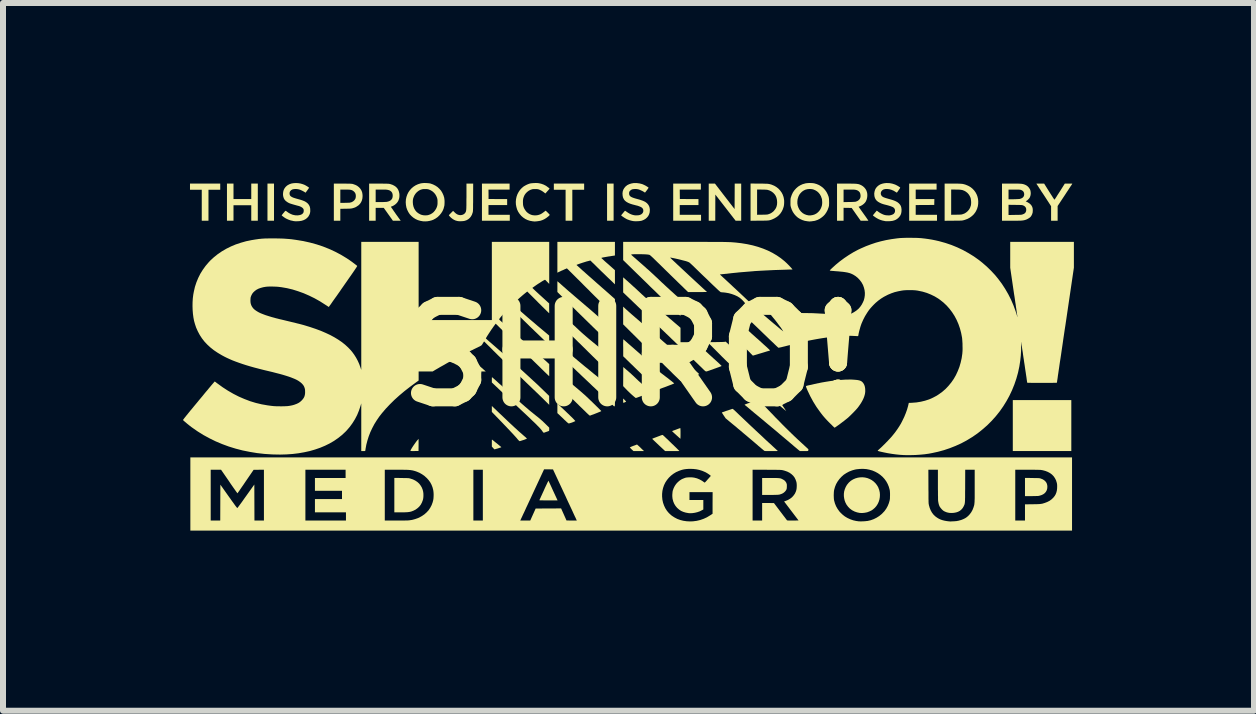
<source format=kicad_pcb>
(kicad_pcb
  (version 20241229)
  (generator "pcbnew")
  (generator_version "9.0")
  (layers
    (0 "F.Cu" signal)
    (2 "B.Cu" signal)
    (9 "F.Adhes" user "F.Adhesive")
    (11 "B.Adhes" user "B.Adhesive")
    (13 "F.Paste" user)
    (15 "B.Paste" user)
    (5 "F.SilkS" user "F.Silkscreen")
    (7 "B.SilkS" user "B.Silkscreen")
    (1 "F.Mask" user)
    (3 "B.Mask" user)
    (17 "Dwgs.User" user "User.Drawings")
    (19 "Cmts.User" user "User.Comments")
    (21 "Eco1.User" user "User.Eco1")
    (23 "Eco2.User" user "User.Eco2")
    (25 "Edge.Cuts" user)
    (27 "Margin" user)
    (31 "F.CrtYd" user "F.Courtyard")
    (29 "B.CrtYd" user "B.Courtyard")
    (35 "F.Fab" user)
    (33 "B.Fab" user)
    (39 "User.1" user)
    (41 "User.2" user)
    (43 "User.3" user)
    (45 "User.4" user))
  (footprint "SHIRO!"
    (layer "F.Cu")
    (at 7.468 2.882)
    (property "Reference" "SHIRO!" (at 0 0 0) (layer "F.SilkS") (effects (font (size 1.524 1.524) (thickness 0.3))))
    (attr board_only exclude_from_pos_files exclude_from_bom)
    (fp_poly (pts (xy -5.952 -2.254) (xy -6.061 -2.254) (xy -6.061 -2.873) (xy -5.952 -2.873)) (stroke (width 0) (type solid)) (fill yes) (layer "F.SilkS"))
    (fp_poly (pts (xy -0.293 -2.254) (xy -0.402 -2.254) (xy -0.402 -2.873) (xy -0.293 -2.873)) (stroke (width 0) (type solid)) (fill yes) (layer "F.SilkS"))
    (fp_poly (pts (xy 7.334 1.584) (xy 6.359 1.584) (xy 6.359 0.735) (xy 7.334 0.735)) (stroke (width 0) (type solid)) (fill yes) (layer "F.SilkS"))
    (fp_poly (pts (xy -6.848 -2.77) (xy -7.044 -2.77) (xy -7.044 -2.254) (xy -7.156 -2.254) (xy -7.156 -2.77) (xy -7.352 -2.77) (xy -7.352 -2.873) (xy -6.848 -2.873)) (stroke (width 0) (type solid)) (fill yes) (layer "F.SilkS"))
    (fp_poly (pts (xy -0.784 -2.77) (xy -0.981 -2.77) (xy -0.981 -2.254) (xy -1.093 -2.254) (xy -1.093 -2.77) (xy -1.289 -2.77) (xy -1.289 -2.873) (xy -0.784 -2.873)) (stroke (width 0) (type solid)) (fill yes) (layer "F.SilkS"))
    (fp_poly (pts (xy -6.627 -2.615) (xy -6.331 -2.615) (xy -6.331 -2.873) (xy -6.222 -2.873) (xy -6.222 -2.254) (xy -6.331 -2.254) (xy -6.331 -2.512) (xy -6.627 -2.512) (xy -6.627 -2.254) (xy -6.736 -2.254) (xy -6.736 -2.873) (xy -6.627 -2.873)) (stroke (width 0) (type solid)) (fill yes) (layer "F.SilkS"))
    (fp_poly (pts (xy -2.026 -2.773) (xy -2.378 -2.773) (xy -2.377 -2.695) (xy -2.377 -2.616) (xy -2.222 -2.615) (xy -2.067 -2.615) (xy -2.067 -2.515) (xy -2.378 -2.515) (xy -2.378 -2.353) (xy -2.023 -2.353) (xy -2.023 -2.254) (xy -2.487 -2.254) (xy -2.487 -2.873) (xy -2.026 -2.873)) (stroke (width 0) (type solid)) (fill yes) (layer "F.SilkS"))
    (fp_poly (pts (xy 1.161 -2.773) (xy 0.809 -2.773) (xy 0.81 -2.695) (xy 0.811 -2.616) (xy 0.966 -2.615) (xy 1.121 -2.615) (xy 1.121 -2.515) (xy 0.809 -2.515) (xy 0.809 -2.353) (xy 1.164 -2.353) (xy 1.164 -2.254) (xy 0.7 -2.254) (xy 0.7 -2.873) (xy 1.161 -2.873)) (stroke (width 0) (type solid)) (fill yes) (layer "F.SilkS"))
    (fp_poly (pts (xy 1.344 -2.872) (xy 1.396 -2.872) (xy 1.559 -2.66) (xy 1.723 -2.448) (xy 1.724 -2.661) (xy 1.725 -2.873) (xy 1.833 -2.873) (xy 1.833 -2.254) (xy 1.74 -2.254) (xy 1.571 -2.472) (xy 1.402 -2.69) (xy 1.401 -2.254) (xy 1.292 -2.254) (xy 1.292 -2.873)) (stroke (width 0) (type solid)) (fill yes) (layer "F.SilkS"))
    (fp_poly (pts (xy 5.089 -2.773) (xy 4.741 -2.773) (xy 4.741 -2.615) (xy 5.052 -2.615) (xy 5.051 -2.566) (xy 5.05 -2.517) (xy 4.896 -2.516) (xy 4.741 -2.515) (xy 4.741 -2.353) (xy 5.096 -2.353) (xy 5.096 -2.254) (xy 4.632 -2.254) (xy 4.632 -2.873) (xy 5.089 -2.873)) (stroke (width 0) (type solid)) (fill yes) (layer "F.SilkS"))
    (fp_poly (pts (xy -0.109 0.733) (xy -0.099 0.743) (xy -0.091 0.752) (xy -0.086 0.758) (xy -0.085 0.761) (xy -0.088 0.763) (xy -0.095 0.767) (xy -0.105 0.771) (xy -0.115 0.776) (xy -0.124 0.779) (xy -0.13 0.781) (xy -0.131 0.781) (xy -0.132 0.778) (xy -0.133 0.77) (xy -0.134 0.759) (xy -0.134 0.745) (xy -0.134 0.708)) (stroke (width 0) (type solid)) (fill yes) (layer "F.SilkS"))
    (fp_poly (pts (xy -3.543 1.482) (xy -3.544 1.583) (xy -3.612 1.584) (xy -3.637 1.584) (xy -3.657 1.584) (xy -3.67 1.583) (xy -3.678 1.582) (xy -3.679 1.581) (xy -3.677 1.574) (xy -3.672 1.563) (xy -3.664 1.549) (xy -3.654 1.532) (xy -3.642 1.513) (xy -3.628 1.492) (xy -3.614 1.472) (xy -3.599 1.451) (xy -3.585 1.431) (xy -3.571 1.413) (xy -3.558 1.398) (xy -3.555 1.395) (xy -3.543 1.381)) (stroke (width 0) (type solid)) (fill yes) (layer "F.SilkS"))
    (fp_poly (pts (xy 0.113 1.489) (xy 0.121 1.496) (xy 0.132 1.506) (xy 0.145 1.518) (xy 0.159 1.532) (xy 0.171 1.544) (xy 0.213 1.584) (xy 0.037 1.584) (xy 0.007 1.556) (xy -0.003 1.545) (xy -0.013 1.536) (xy -0.019 1.529) (xy -0.022 1.525) (xy -0.022 1.524) (xy -0.019 1.522) (xy -0.01 1.517) (xy 0.005 1.51) (xy 0.025 1.502) (xy 0.051 1.492) (xy 0.056 1.491) (xy 0.097 1.475)) (stroke (width 0) (type solid)) (fill yes) (layer "F.SilkS"))
    (fp_poly (pts (xy -2.612 0.095) (xy -2.604 0.101) (xy -2.593 0.111) (xy -2.578 0.123) (xy -2.56 0.138) (xy -2.54 0.155) (xy -2.517 0.175) (xy -2.493 0.196) (xy -2.468 0.218) (xy -2.442 0.241) (xy -2.434 0.248) (xy -2.423 0.258) (xy -2.467 0.258) (xy -2.51 0.258) (xy -2.563 0.205) (xy -2.579 0.189) (xy -2.593 0.175) (xy -2.605 0.162) (xy -2.615 0.152) (xy -2.622 0.145) (xy -2.624 0.143) (xy -2.631 0.134) (xy -2.624 0.114) (xy -2.621 0.104) (xy -2.618 0.096) (xy -2.616 0.093) (xy -2.616 0.093)) (stroke (width 0) (type solid)) (fill yes) (layer "F.SilkS"))
    (fp_poly (pts (xy 6.681 2.033) (xy 6.711 2.034) (xy 6.736 2.034) (xy 6.757 2.034) (xy 6.773 2.035) (xy 6.786 2.035) (xy 6.796 2.036) (xy 6.804 2.037) (xy 6.81 2.038) (xy 6.816 2.04) (xy 6.823 2.041) (xy 6.823 2.042) (xy 6.855 2.054) (xy 6.881 2.07) (xy 6.9 2.087) (xy 6.916 2.107) (xy 6.927 2.13) (xy 6.933 2.155) (xy 6.935 2.182) (xy 6.932 2.212) (xy 6.924 2.239) (xy 6.91 2.264) (xy 6.892 2.285) (xy 6.868 2.303) (xy 6.84 2.317) (xy 6.808 2.327) (xy 6.796 2.33) (xy 6.787 2.332) (xy 6.775 2.333) (xy 6.759 2.333) (xy 6.74 2.334) (xy 6.716 2.334) (xy 6.686 2.335) (xy 6.667 2.335) (xy 6.562 2.335) (xy 6.562 2.032)) (stroke (width 0) (type solid)) (fill yes) (layer "F.SilkS"))
    (fp_poly (pts (xy -1.377 2.082) (xy -1.373 2.09) (xy -1.367 2.103) (xy -1.359 2.12) (xy -1.349 2.141) (xy -1.338 2.165) (xy -1.326 2.191) (xy -1.313 2.22) (xy -1.302 2.244) (xy -1.227 2.406) (xy -1.379 2.406) (xy -1.41 2.406) (xy -1.438 2.406) (xy -1.463 2.406) (xy -1.485 2.405) (xy -1.504 2.405) (xy -1.518 2.405) (xy -1.527 2.404) (xy -1.531 2.404) (xy -1.531 2.404) (xy -1.529 2.401) (xy -1.525 2.392) (xy -1.519 2.379) (xy -1.511 2.362) (xy -1.502 2.341) (xy -1.491 2.318) (xy -1.479 2.291) (xy -1.466 2.263) (xy -1.455 2.239) (xy -1.442 2.209) (xy -1.429 2.181) (xy -1.417 2.156) (xy -1.406 2.133) (xy -1.397 2.113) (xy -1.389 2.098) (xy -1.383 2.086) (xy -1.38 2.08) (xy -1.379 2.078)) (stroke (width 0) (type solid)) (fill yes) (layer "F.SilkS"))
    (fp_poly (pts (xy -1.202 0.819) (xy -1.165 0.854) (xy -1.13 0.887) (xy -1.097 0.918) (xy -1.066 0.948) (xy -1.037 0.975) (xy -1.012 1) (xy -0.989 1.022) (xy -0.97 1.041) (xy -0.955 1.057) (xy -0.943 1.07) (xy -0.935 1.079) (xy -0.931 1.084) (xy -0.931 1.084) (xy -0.933 1.086) (xy -0.941 1.09) (xy -0.952 1.094) (xy -0.964 1.1) (xy -0.987 1.109) (xy -1.008 1.116) (xy -1.025 1.121) (xy -1.039 1.124) (xy -1.042 1.124) (xy -1.046 1.122) (xy -1.052 1.118) (xy -1.062 1.11) (xy -1.075 1.099) (xy -1.091 1.083) (xy -1.112 1.064) (xy -1.114 1.062) (xy -1.132 1.044) (xy -1.15 1.027) (xy -1.167 1.011) (xy -1.183 0.996) (xy -1.195 0.984) (xy -1.204 0.976) (xy -1.23 0.952) (xy -1.23 0.793)) (stroke (width 0) (type solid)) (fill yes) (layer "F.SilkS"))
    (fp_poly (pts (xy -2.317 1.394) (xy -2.316 1.395) (xy -2.31 1.4) (xy -2.301 1.407) (xy -2.288 1.417) (xy -2.274 1.429) (xy -2.258 1.442) (xy -2.241 1.455) (xy -2.224 1.469) (xy -2.208 1.482) (xy -2.194 1.494) (xy -2.181 1.504) (xy -2.172 1.512) (xy -2.166 1.517) (xy -2.164 1.518) (xy -2.166 1.521) (xy -2.173 1.524) (xy -2.178 1.526) (xy -2.188 1.529) (xy -2.2 1.533) (xy -2.215 1.538) (xy -2.231 1.543) (xy -2.246 1.547) (xy -2.259 1.551) (xy -2.27 1.554) (xy -2.276 1.556) (xy -2.278 1.556) (xy -2.281 1.554) (xy -2.287 1.548) (xy -2.295 1.54) (xy -2.301 1.533) (xy -2.322 1.51) (xy -2.322 1.45) (xy -2.322 1.43) (xy -2.322 1.415) (xy -2.322 1.404) (xy -2.321 1.398) (xy -2.32 1.394) (xy -2.319 1.394)) (stroke (width 0) (type solid)) (fill yes) (layer "F.SilkS"))
    (fp_poly (pts (xy 0.819 1.203) (xy 0.82 1.208) (xy 0.821 1.218) (xy 0.821 1.232) (xy 0.822 1.25) (xy 0.822 1.275) (xy 0.822 1.29) (xy 0.822 1.313) (xy 0.822 1.334) (xy 0.821 1.351) (xy 0.821 1.365) (xy 0.821 1.375) (xy 0.82 1.379) (xy 0.82 1.379) (xy 0.818 1.377) (xy 0.811 1.371) (xy 0.801 1.363) (xy 0.789 1.352) (xy 0.774 1.338) (xy 0.76 1.326) (xy 0.744 1.311) (xy 0.728 1.297) (xy 0.714 1.284) (xy 0.703 1.274) (xy 0.695 1.266) (xy 0.691 1.263) (xy 0.681 1.252) (xy 0.688 1.249) (xy 0.693 1.247) (xy 0.703 1.243) (xy 0.717 1.238) (xy 0.734 1.232) (xy 0.752 1.225) (xy 0.755 1.224) (xy 0.773 1.217) (xy 0.789 1.211) (xy 0.803 1.206) (xy 0.813 1.203) (xy 0.818 1.202) (xy 0.818 1.202)) (stroke (width 0) (type solid)) (fill yes) (layer "F.SilkS"))
    (fp_poly (pts (xy -3.828 2.033) (xy -3.797 2.034) (xy -3.773 2.034) (xy -3.752 2.034) (xy -3.736 2.035) (xy -3.723 2.035) (xy -3.713 2.036) (xy -3.704 2.037) (xy -3.697 2.038) (xy -3.69 2.04) (xy -3.683 2.042) (xy -3.679 2.043) (xy -3.636 2.057) (xy -3.598 2.076) (xy -3.564 2.099) (xy -3.534 2.126) (xy -3.51 2.157) (xy -3.489 2.192) (xy -3.474 2.231) (xy -3.467 2.26) (xy -3.463 2.288) (xy -3.462 2.32) (xy -3.463 2.351) (xy -3.467 2.381) (xy -3.472 2.401) (xy -3.487 2.441) (xy -3.506 2.477) (xy -3.531 2.509) (xy -3.56 2.536) (xy -3.593 2.56) (xy -3.631 2.579) (xy -3.655 2.588) (xy -3.669 2.593) (xy -3.683 2.596) (xy -3.697 2.599) (xy -3.713 2.601) (xy -3.731 2.603) (xy -3.752 2.604) (xy -3.777 2.605) (xy -3.806 2.605) (xy -3.841 2.605) (xy -3.842 2.605) (xy -3.947 2.605) (xy -3.947 2.032)) (stroke (width 0) (type solid)) (fill yes) (layer "F.SilkS"))
    (fp_poly (pts (xy 2.352 2.033) (xy 2.383 2.033) (xy 2.409 2.033) (xy 2.431 2.034) (xy 2.449 2.035) (xy 2.464 2.036) (xy 2.477 2.038) (xy 2.488 2.04) (xy 2.498 2.043) (xy 2.507 2.047) (xy 2.517 2.052) (xy 2.523 2.055) (xy 2.548 2.069) (xy 2.567 2.087) (xy 2.582 2.108) (xy 2.587 2.119) (xy 2.59 2.129) (xy 2.593 2.138) (xy 2.594 2.15) (xy 2.594 2.165) (xy 2.594 2.171) (xy 2.593 2.194) (xy 2.591 2.213) (xy 2.585 2.229) (xy 2.576 2.243) (xy 2.564 2.258) (xy 2.559 2.263) (xy 2.542 2.278) (xy 2.525 2.289) (xy 2.506 2.298) (xy 2.482 2.306) (xy 2.479 2.307) (xy 2.473 2.309) (xy 2.467 2.31) (xy 2.46 2.311) (xy 2.452 2.312) (xy 2.442 2.313) (xy 2.43 2.313) (xy 2.414 2.314) (xy 2.395 2.314) (xy 2.371 2.315) (xy 2.342 2.315) (xy 2.318 2.315) (xy 2.182 2.316) (xy 2.182 2.033) (xy 2.316 2.033)) (stroke (width 0) (type solid)) (fill yes) (layer "F.SilkS"))
    (fp_poly (pts (xy 3.894 2.025) (xy 3.934 2.034) (xy 3.972 2.049) (xy 4.008 2.068) (xy 4.041 2.092) (xy 4.07 2.12) (xy 4.095 2.152) (xy 4.116 2.187) (xy 4.118 2.193) (xy 4.133 2.233) (xy 4.142 2.273) (xy 4.145 2.313) (xy 4.143 2.353) (xy 4.136 2.393) (xy 4.124 2.431) (xy 4.107 2.467) (xy 4.086 2.5) (xy 4.06 2.53) (xy 4.03 2.556) (xy 4.009 2.571) (xy 3.971 2.59) (xy 3.931 2.605) (xy 3.889 2.613) (xy 3.846 2.617) (xy 3.807 2.615) (xy 3.764 2.606) (xy 3.723 2.592) (xy 3.684 2.572) (xy 3.675 2.566) (xy 3.643 2.542) (xy 3.615 2.513) (xy 3.591 2.482) (xy 3.572 2.447) (xy 3.558 2.411) (xy 3.549 2.373) (xy 3.544 2.335) (xy 3.544 2.296) (xy 3.549 2.257) (xy 3.56 2.219) (xy 3.575 2.183) (xy 3.595 2.148) (xy 3.621 2.116) (xy 3.629 2.107) (xy 3.661 2.079) (xy 3.697 2.057) (xy 3.735 2.04) (xy 3.777 2.028) (xy 3.81 2.023) (xy 3.852 2.021)) (stroke (width 0) (type solid)) (fill yes) (layer "F.SilkS"))
    (fp_poly (pts (xy 2.398 0.647) (xy 2.404 0.653) (xy 2.411 0.663) (xy 2.418 0.673) (xy 2.432 0.694) (xy 2.448 0.716) (xy 2.464 0.74) (xy 2.48 0.764) (xy 2.496 0.788) (xy 2.512 0.812) (xy 2.527 0.834) (xy 2.541 0.855) (xy 2.554 0.874) (xy 2.565 0.891) (xy 2.573 0.904) (xy 2.58 0.913) (xy 2.583 0.918) (xy 2.583 0.918) (xy 2.58 0.916) (xy 2.574 0.911) (xy 2.563 0.902) (xy 2.549 0.89) (xy 2.532 0.876) (xy 2.512 0.86) (xy 2.491 0.842) (xy 2.468 0.823) (xy 2.464 0.82) (xy 2.431 0.793) (xy 2.404 0.77) (xy 2.38 0.75) (xy 2.36 0.734) (xy 2.344 0.72) (xy 2.33 0.709) (xy 2.32 0.7) (xy 2.312 0.693) (xy 2.306 0.688) (xy 2.302 0.684) (xy 2.3 0.682) (xy 2.298 0.68) (xy 2.298 0.679) (xy 2.298 0.678) (xy 2.298 0.678) (xy 2.301 0.676) (xy 2.309 0.672) (xy 2.32 0.668) (xy 2.334 0.663) (xy 2.349 0.658) (xy 2.363 0.653) (xy 2.377 0.649) (xy 2.387 0.646) (xy 2.394 0.644) (xy 2.395 0.644)) (stroke (width 0) (type solid)) (fill yes) (layer "F.SilkS"))
    (fp_poly (pts (xy -0.081 0.228) (xy -0.054 0.251) (xy -0.03 0.272) (xy -0.008 0.291) (xy 0.013 0.311) (xy 0.035 0.331) (xy 0.059 0.354) (xy 0.084 0.378) (xy 0.102 0.395) (xy 0.124 0.416) (xy 0.148 0.437) (xy 0.171 0.458) (xy 0.194 0.478) (xy 0.204 0.487) (xy 0.235 0.514) (xy 0.262 0.537) (xy 0.284 0.557) (xy 0.301 0.573) (xy 0.315 0.585) (xy 0.324 0.594) (xy 0.329 0.6) (xy 0.33 0.602) (xy 0.327 0.604) (xy 0.32 0.608) (xy 0.308 0.613) (xy 0.293 0.62) (xy 0.279 0.625) (xy 0.264 0.631) (xy 0.245 0.638) (xy 0.225 0.646) (xy 0.203 0.655) (xy 0.181 0.663) (xy 0.159 0.671) (xy 0.138 0.679) (xy 0.119 0.686) (xy 0.103 0.692) (xy 0.09 0.696) (xy 0.082 0.699) (xy 0.078 0.7) (xy 0.078 0.7) (xy 0.075 0.699) (xy 0.068 0.694) (xy 0.059 0.687) (xy 0.054 0.683) (xy 0.035 0.667) (xy 0.012 0.647) (xy -0.012 0.625) (xy -0.037 0.601) (xy -0.062 0.577) (xy -0.085 0.553) (xy -0.092 0.546) (xy -0.134 0.502) (xy -0.133 0.343) (xy -0.132 0.184)) (stroke (width 0) (type solid)) (fill yes) (layer "F.SilkS"))
    (fp_poly (pts (xy 0.524 1.316) (xy 0.527 1.318) (xy 0.528 1.318) (xy 0.531 1.321) (xy 0.539 1.328) (xy 0.55 1.338) (xy 0.564 1.351) (xy 0.58 1.367) (xy 0.599 1.384) (xy 0.619 1.403) (xy 0.639 1.423) (xy 0.661 1.444) (xy 0.682 1.465) (xy 0.704 1.485) (xy 0.724 1.505) (xy 0.743 1.523) (xy 0.76 1.54) (xy 0.775 1.555) (xy 0.787 1.567) (xy 0.796 1.576) (xy 0.802 1.582) (xy 0.803 1.583) (xy 0.8 1.583) (xy 0.792 1.584) (xy 0.778 1.584) (xy 0.76 1.584) (xy 0.739 1.584) (xy 0.715 1.584) (xy 0.689 1.584) (xy 0.684 1.584) (xy 0.565 1.584) (xy 0.458 1.484) (xy 0.437 1.464) (xy 0.417 1.445) (xy 0.398 1.427) (xy 0.382 1.412) (xy 0.369 1.399) (xy 0.359 1.39) (xy 0.353 1.383) (xy 0.351 1.381) (xy 0.351 1.38) (xy 0.353 1.378) (xy 0.356 1.377) (xy 0.363 1.374) (xy 0.372 1.37) (xy 0.384 1.365) (xy 0.401 1.359) (xy 0.422 1.351) (xy 0.448 1.341) (xy 0.459 1.337) (xy 0.48 1.329) (xy 0.495 1.323) (xy 0.507 1.319) (xy 0.515 1.317) (xy 0.52 1.316)) (stroke (width 0) (type solid)) (fill yes) (layer "F.SilkS"))
    (fp_poly (pts (xy 1.679 -0.142) (xy 1.702 -0.12) (xy 1.725 -0.099) (xy 1.748 -0.078) (xy 1.769 -0.058) (xy 1.788 -0.04) (xy 1.805 -0.025) (xy 1.818 -0.013) (xy 1.823 -0.009) (xy 1.84 0.007) (xy 1.853 0.019) (xy 1.862 0.029) (xy 1.867 0.035) (xy 1.87 0.04) (xy 1.869 0.043) (xy 1.869 0.044) (xy 1.865 0.045) (xy 1.856 0.049) (xy 1.843 0.053) (xy 1.827 0.059) (xy 1.807 0.066) (xy 1.786 0.073) (xy 1.763 0.081) (xy 1.741 0.089) (xy 1.718 0.097) (xy 1.697 0.104) (xy 1.678 0.11) (xy 1.661 0.115) (xy 1.648 0.119) (xy 1.64 0.122) (xy 1.637 0.123) (xy 1.635 0.123) (xy 1.633 0.122) (xy 1.63 0.121) (xy 1.627 0.119) (xy 1.622 0.116) (xy 1.616 0.111) (xy 1.609 0.104) (xy 1.599 0.096) (xy 1.588 0.084) (xy 1.573 0.07) (xy 1.556 0.053) (xy 1.536 0.033) (xy 1.512 0.01) (xy 1.485 -0.018) (xy 1.453 -0.05) (xy 1.45 -0.053) (xy 1.273 -0.23) (xy 1.408 -0.231) (xy 1.437 -0.232) (xy 1.464 -0.232) (xy 1.49 -0.233) (xy 1.512 -0.233) (xy 1.531 -0.234) (xy 1.546 -0.235) (xy 1.556 -0.235) (xy 1.559 -0.236) (xy 1.575 -0.239)) (stroke (width 0) (type solid)) (fill yes) (layer "F.SilkS"))
    (fp_poly (pts (xy -1.221 -1.238) (xy -1.216 -1.234) (xy -1.208 -1.227) (xy -1.196 -1.217) (xy -1.181 -1.204) (xy -1.165 -1.189) (xy -1.147 -1.174) (xy -1.144 -1.17) (xy -1.121 -1.15) (xy -1.094 -1.127) (xy -1.063 -1.099) (xy -1.027 -1.068) (xy -0.987 -1.034) (xy -0.942 -0.995) (xy -0.894 -0.954) (xy -0.841 -0.909) (xy -0.785 -0.861) (xy -0.75 -0.831) (xy -0.692 -0.782) (xy -0.639 -0.736) (xy -0.59 -0.693) (xy -0.546 -0.654) (xy -0.505 -0.618) (xy -0.469 -0.584) (xy -0.448 -0.565) (xy -0.412 -0.531) (xy -0.379 -0.5) (xy -0.347 -0.471) (xy -0.319 -0.446) (xy -0.295 -0.424) (xy -0.289 -0.418) (xy -0.271 -0.403) (xy -0.272 -0.267) (xy -0.272 -0.131) (xy -0.294 -0.152) (xy -0.315 -0.172) (xy -0.34 -0.196) (xy -0.368 -0.223) (xy -0.4 -0.254) (xy -0.434 -0.287) (xy -0.472 -0.323) (xy -0.511 -0.362) (xy -0.552 -0.402) (xy -0.595 -0.443) (xy -0.638 -0.485) (xy -0.682 -0.528) (xy -0.727 -0.572) (xy -0.771 -0.615) (xy -0.815 -0.658) (xy -0.858 -0.7) (xy -0.899 -0.74) (xy -0.939 -0.78) (xy -0.977 -0.817) (xy -1.013 -0.852) (xy -1.046 -0.884) (xy -1.075 -0.913) (xy -1.101 -0.939) (xy -1.124 -0.961) (xy -1.129 -0.966) (xy -1.23 -1.066) (xy -1.23 -1.246)) (stroke (width 0) (type solid)) (fill yes) (layer "F.SilkS"))
    (fp_poly (pts (xy -2.312 0.842) (xy -2.308 0.846) (xy -2.3 0.854) (xy -2.288 0.865) (xy -2.273 0.88) (xy -2.255 0.896) (xy -2.236 0.915) (xy -2.215 0.935) (xy -2.192 0.957) (xy -2.188 0.961) (xy -2.139 1.007) (xy -2.094 1.05) (xy -2.053 1.089) (xy -2.015 1.125) (xy -1.979 1.158) (xy -1.946 1.189) (xy -1.915 1.217) (xy -1.886 1.244) (xy -1.858 1.269) (xy -1.83 1.293) (xy -1.803 1.317) (xy -1.787 1.331) (xy -1.772 1.344) (xy -1.759 1.355) (xy -1.749 1.365) (xy -1.741 1.373) (xy -1.738 1.377) (xy -1.738 1.377) (xy -1.741 1.379) (xy -1.749 1.383) (xy -1.761 1.387) (xy -1.775 1.393) (xy -1.791 1.399) (xy -1.808 1.404) (xy -1.824 1.409) (xy -1.838 1.414) (xy -1.849 1.417) (xy -1.857 1.419) (xy -1.858 1.419) (xy -1.862 1.418) (xy -1.867 1.414) (xy -1.874 1.408) (xy -1.883 1.398) (xy -1.896 1.384) (xy -1.9 1.378) (xy -1.911 1.365) (xy -1.923 1.352) (xy -1.936 1.337) (xy -1.951 1.321) (xy -1.967 1.303) (xy -1.985 1.284) (xy -2.006 1.262) (xy -2.028 1.238) (xy -2.054 1.211) (xy -2.082 1.181) (xy -2.114 1.148) (xy -2.149 1.111) (xy -2.188 1.071) (xy -2.231 1.026) (xy -2.248 1.009) (xy -2.322 0.932) (xy -2.322 0.883) (xy -2.322 0.833)) (stroke (width 0) (type solid)) (fill yes) (layer "F.SilkS"))
    (fp_poly (pts (xy 6.881 -2.873) (xy 6.966 -2.737) (xy 6.985 -2.707) (xy 7.001 -2.682) (xy 7.015 -2.661) (xy 7.025 -2.644) (xy 7.034 -2.631) (xy 7.041 -2.621) (xy 7.046 -2.614) (xy 7.05 -2.61) (xy 7.052 -2.607) (xy 7.054 -2.606) (xy 7.056 -2.607) (xy 7.057 -2.608) (xy 7.059 -2.611) (xy 7.065 -2.62) (xy 7.073 -2.633) (xy 7.084 -2.649) (xy 7.096 -2.669) (xy 7.11 -2.691) (xy 7.126 -2.715) (xy 7.142 -2.74) (xy 7.144 -2.743) (xy 7.226 -2.873) (xy 7.289 -2.873) (xy 7.312 -2.873) (xy 7.328 -2.873) (xy 7.339 -2.872) (xy 7.347 -2.872) (xy 7.35 -2.87) (xy 7.35 -2.869) (xy 7.348 -2.866) (xy 7.343 -2.858) (xy 7.335 -2.846) (xy 7.324 -2.83) (xy 7.311 -2.81) (xy 7.296 -2.787) (xy 7.28 -2.762) (xy 7.261 -2.734) (xy 7.242 -2.705) (xy 7.227 -2.682) (xy 7.106 -2.499) (xy 7.106 -2.254) (xy 6.997 -2.254) (xy 6.997 -2.496) (xy 6.877 -2.681) (xy 6.857 -2.711) (xy 6.837 -2.74) (xy 6.82 -2.768) (xy 6.803 -2.793) (xy 6.789 -2.815) (xy 6.777 -2.834) (xy 6.767 -2.849) (xy 6.759 -2.86) (xy 6.755 -2.867) (xy 6.753 -2.869) (xy 6.754 -2.871) (xy 6.757 -2.872) (xy 6.765 -2.872) (xy 6.776 -2.873) (xy 6.793 -2.873) (xy 6.815 -2.873) (xy 6.816 -2.873)) (stroke (width 0) (type solid)) (fill yes) (layer "F.SilkS"))
    (fp_poly (pts (xy 2.174 0.785) (xy 2.187 0.798) (xy 2.203 0.815) (xy 2.223 0.835) (xy 2.245 0.858) (xy 2.268 0.882) (xy 2.292 0.907) (xy 2.317 0.933) (xy 2.341 0.958) (xy 2.344 0.96) (xy 2.406 1.026) (xy 2.466 1.086) (xy 2.522 1.144) (xy 2.576 1.198) (xy 2.628 1.249) (xy 2.679 1.299) (xy 2.728 1.346) (xy 2.778 1.393) (xy 2.828 1.439) (xy 2.877 1.484) (xy 2.953 1.554) (xy 2.952 1.565) (xy 2.951 1.574) (xy 2.949 1.58) (xy 2.949 1.58) (xy 2.947 1.582) (xy 2.942 1.583) (xy 2.933 1.584) (xy 2.919 1.584) (xy 2.9 1.584) (xy 2.88 1.584) (xy 2.811 1.584) (xy 2.793 1.57) (xy 2.786 1.564) (xy 2.775 1.555) (xy 2.761 1.543) (xy 2.744 1.529) (xy 2.726 1.514) (xy 2.707 1.498) (xy 2.705 1.496) (xy 2.638 1.439) (xy 2.567 1.379) (xy 2.493 1.317) (xy 2.418 1.253) (xy 2.341 1.189) (xy 2.264 1.125) (xy 2.188 1.061) (xy 2.113 0.999) (xy 2.041 0.94) (xy 2.036 0.935) (xy 2.01 0.914) (xy 1.986 0.893) (xy 1.963 0.874) (xy 1.943 0.857) (xy 1.925 0.842) (xy 1.91 0.83) (xy 1.899 0.821) (xy 1.892 0.815) (xy 1.89 0.812) (xy 1.89 0.812) (xy 1.892 0.81) (xy 1.901 0.806) (xy 1.914 0.801) (xy 1.932 0.794) (xy 1.954 0.786) (xy 1.98 0.777) (xy 2.01 0.767) (xy 2.042 0.756) (xy 2.045 0.755) (xy 2.121 0.73)) (stroke (width 0) (type solid)) (fill yes) (layer "F.SilkS"))
    (fp_poly (pts (xy 1.918 -0.451) (xy 1.92 -0.449) (xy 1.923 -0.447) (xy 1.928 -0.443) (xy 1.935 -0.437) (xy 1.944 -0.429) (xy 1.955 -0.419) (xy 1.969 -0.407) (xy 1.986 -0.392) (xy 2.006 -0.373) (xy 2.03 -0.352) (xy 2.058 -0.327) (xy 2.09 -0.298) (xy 2.102 -0.288) (xy 2.139 -0.255) (xy 2.172 -0.225) (xy 2.2 -0.199) (xy 2.225 -0.177) (xy 2.246 -0.158) (xy 2.264 -0.142) (xy 2.278 -0.128) (xy 2.29 -0.117) (xy 2.299 -0.109) (xy 2.305 -0.102) (xy 2.31 -0.098) (xy 2.312 -0.095) (xy 2.313 -0.093) (xy 2.313 -0.093) (xy 2.31 -0.091) (xy 2.303 -0.088) (xy 2.295 -0.086) (xy 2.287 -0.083) (xy 2.274 -0.08) (xy 2.258 -0.075) (xy 2.238 -0.069) (xy 2.216 -0.062) (xy 2.196 -0.056) (xy 2.16 -0.045) (xy 2.128 -0.036) (xy 2.1 -0.027) (xy 2.076 -0.02) (xy 2.056 -0.014) (xy 2.041 -0.01) (xy 2.032 -0.007) (xy 2.028 -0.006) (xy 2.028 -0.006) (xy 2.026 -0.008) (xy 2.019 -0.014) (xy 2.01 -0.024) (xy 1.998 -0.035) (xy 1.985 -0.049) (xy 1.978 -0.057) (xy 1.964 -0.071) (xy 1.947 -0.088) (xy 1.927 -0.108) (xy 1.905 -0.13) (xy 1.882 -0.153) (xy 1.86 -0.176) (xy 1.837 -0.198) (xy 1.837 -0.198) (xy 1.746 -0.289) (xy 1.769 -0.302) (xy 1.802 -0.324) (xy 1.834 -0.349) (xy 1.863 -0.377) (xy 1.887 -0.405) (xy 1.901 -0.425) (xy 1.907 -0.436) (xy 1.913 -0.445) (xy 1.916 -0.45) (xy 1.916 -0.451) (xy 1.917 -0.451)) (stroke (width 0) (type solid)) (fill yes) (layer "F.SilkS"))
    (fp_poly (pts (xy -2.634 -2.643) (xy -2.634 -2.6) (xy -2.634 -2.563) (xy -2.635 -2.53) (xy -2.635 -2.503) (xy -2.635 -2.48) (xy -2.635 -2.461) (xy -2.636 -2.445) (xy -2.636 -2.432) (xy -2.637 -2.422) (xy -2.637 -2.414) (xy -2.638 -2.407) (xy -2.639 -2.402) (xy -2.64 -2.397) (xy -2.641 -2.392) (xy -2.642 -2.389) (xy -2.654 -2.354) (xy -2.671 -2.324) (xy -2.691 -2.299) (xy -2.716 -2.278) (xy -2.745 -2.262) (xy -2.775 -2.252) (xy -2.79 -2.249) (xy -2.809 -2.247) (xy -2.83 -2.246) (xy -2.852 -2.245) (xy -2.872 -2.246) (xy -2.889 -2.248) (xy -2.895 -2.249) (xy -2.926 -2.257) (xy -2.954 -2.27) (xy -2.974 -2.282) (xy -2.984 -2.29) (xy -2.996 -2.299) (xy -3.008 -2.31) (xy -3.019 -2.321) (xy -3.028 -2.331) (xy -3.035 -2.339) (xy -3.038 -2.344) (xy -3.038 -2.345) (xy -3.036 -2.348) (xy -3.03 -2.355) (xy -3.021 -2.365) (xy -3.01 -2.376) (xy -3.003 -2.383) (xy -2.968 -2.418) (xy -2.942 -2.393) (xy -2.921 -2.374) (xy -2.901 -2.361) (xy -2.882 -2.353) (xy -2.862 -2.348) (xy -2.843 -2.347) (xy -2.821 -2.35) (xy -2.8 -2.357) (xy -2.781 -2.369) (xy -2.766 -2.385) (xy -2.761 -2.394) (xy -2.758 -2.4) (xy -2.755 -2.406) (xy -2.753 -2.412) (xy -2.752 -2.419) (xy -2.75 -2.428) (xy -2.749 -2.438) (xy -2.748 -2.451) (xy -2.747 -2.467) (xy -2.747 -2.485) (xy -2.746 -2.508) (xy -2.746 -2.535) (xy -2.746 -2.566) (xy -2.746 -2.603) (xy -2.745 -2.645) (xy -2.745 -2.661) (xy -2.745 -2.873) (xy -2.633 -2.873)) (stroke (width 0) (type solid)) (fill yes) (layer "F.SilkS"))
    (fp_poly (pts (xy -4.807 -2.872) (xy -4.772 -2.872) (xy -4.744 -2.872) (xy -4.72 -2.871) (xy -4.7 -2.871) (xy -4.684 -2.871) (xy -4.672 -2.87) (xy -4.662 -2.869) (xy -4.654 -2.869) (xy -4.647 -2.868) (xy -4.641 -2.866) (xy -4.635 -2.865) (xy -4.633 -2.864) (xy -4.599 -2.852) (xy -4.568 -2.837) (xy -4.542 -2.817) (xy -4.532 -2.808) (xy -4.511 -2.784) (xy -4.495 -2.757) (xy -4.484 -2.729) (xy -4.478 -2.697) (xy -4.476 -2.665) (xy -4.479 -2.627) (xy -4.487 -2.594) (xy -4.5 -2.564) (xy -4.518 -2.537) (xy -4.541 -2.513) (xy -4.561 -2.499) (xy -4.581 -2.486) (xy -4.6 -2.476) (xy -4.62 -2.469) (xy -4.643 -2.462) (xy -4.645 -2.462) (xy -4.653 -2.46) (xy -4.662 -2.458) (xy -4.671 -2.457) (xy -4.683 -2.456) (xy -4.697 -2.455) (xy -4.715 -2.455) (xy -4.738 -2.454) (xy -4.759 -2.454) (xy -4.847 -2.452) (xy -4.847 -2.254) (xy -4.955 -2.254) (xy -4.955 -2.773) (xy -4.847 -2.773) (xy -4.847 -2.552) (xy -4.774 -2.552) (xy -4.752 -2.553) (xy -4.731 -2.553) (xy -4.713 -2.554) (xy -4.698 -2.554) (xy -4.688 -2.555) (xy -4.685 -2.556) (xy -4.659 -2.563) (xy -4.635 -2.576) (xy -4.616 -2.592) (xy -4.601 -2.612) (xy -4.598 -2.616) (xy -4.592 -2.634) (xy -4.589 -2.654) (xy -4.589 -2.676) (xy -4.592 -2.696) (xy -4.593 -2.7) (xy -4.601 -2.718) (xy -4.614 -2.735) (xy -4.631 -2.75) (xy -4.642 -2.757) (xy -4.653 -2.762) (xy -4.664 -2.766) (xy -4.677 -2.769) (xy -4.692 -2.771) (xy -4.71 -2.772) (xy -4.732 -2.773) (xy -4.759 -2.773) (xy -4.773 -2.773) (xy -4.847 -2.773) (xy -4.955 -2.773) (xy -4.955 -2.873)) (stroke (width 0) (type solid)) (fill yes) (layer "F.SilkS"))
    (fp_poly (pts (xy -1.225 0.268) (xy -1.224 0.268) (xy -1.22 0.272) (xy -1.212 0.278) (xy -1.201 0.288) (xy -1.188 0.299) (xy -1.174 0.312) (xy -1.174 0.312) (xy -1.161 0.322) (xy -1.144 0.336) (xy -1.125 0.353) (xy -1.103 0.371) (xy -1.079 0.391) (xy -1.055 0.411) (xy -1.031 0.431) (xy -1.026 0.436) (xy -0.973 0.48) (xy -0.924 0.521) (xy -0.88 0.558) (xy -0.84 0.592) (xy -0.806 0.622) (xy -0.776 0.648) (xy -0.757 0.665) (xy -0.747 0.675) (xy -0.733 0.687) (xy -0.717 0.703) (xy -0.699 0.72) (xy -0.68 0.739) (xy -0.659 0.758) (xy -0.638 0.779) (xy -0.617 0.8) (xy -0.596 0.82) (xy -0.576 0.84) (xy -0.557 0.858) (xy -0.54 0.875) (xy -0.525 0.89) (xy -0.513 0.902) (xy -0.504 0.911) (xy -0.499 0.917) (xy -0.498 0.918) (xy -0.501 0.92) (xy -0.509 0.924) (xy -0.521 0.93) (xy -0.537 0.936) (xy -0.556 0.944) (xy -0.576 0.952) (xy -0.599 0.961) (xy -0.621 0.97) (xy -0.644 0.978) (xy -0.666 0.986) (xy -0.686 0.994) (xy -0.688 0.994) (xy -0.692 0.993) (xy -0.7 0.986) (xy -0.712 0.976) (xy -0.728 0.961) (xy -0.747 0.943) (xy -0.749 0.941) (xy -0.76 0.93) (xy -0.774 0.916) (xy -0.793 0.898) (xy -0.814 0.877) (xy -0.838 0.854) (xy -0.865 0.828) (xy -0.893 0.8) (xy -0.923 0.771) (xy -0.954 0.74) (xy -0.986 0.71) (xy -1.018 0.679) (xy -1.23 0.472) (xy -1.23 0.368) (xy -1.23 0.34) (xy -1.229 0.317) (xy -1.229 0.3) (xy -1.229 0.287) (xy -1.229 0.277) (xy -1.228 0.272) (xy -1.227 0.268) (xy -1.226 0.267)) (stroke (width 0) (type solid)) (fill yes) (layer "F.SilkS"))
    (fp_poly (pts (xy -1.223 -0.219) (xy -1.218 -0.215) (xy -1.21 -0.208) (xy -1.199 -0.198) (xy -1.185 -0.186) (xy -1.17 -0.173) (xy -1.164 -0.168) (xy -1.145 -0.151) (xy -1.124 -0.132) (xy -1.103 -0.113) (xy -1.083 -0.095) (xy -1.068 -0.081) (xy -1.05 -0.064) (xy -1.031 -0.047) (xy -1.013 -0.03) (xy -0.993 -0.012) (xy -0.972 0.006) (xy -0.95 0.026) (xy -0.926 0.046) (xy -0.9 0.068) (xy -0.871 0.092) (xy -0.84 0.118) (xy -0.806 0.146) (xy -0.769 0.177) (xy -0.727 0.21) (xy -0.682 0.247) (xy -0.633 0.288) (xy -0.598 0.316) (xy -0.568 0.34) (xy -0.537 0.365) (xy -0.505 0.391) (xy -0.474 0.417) (xy -0.443 0.442) (xy -0.415 0.465) (xy -0.389 0.487) (xy -0.367 0.505) (xy -0.363 0.508) (xy -0.271 0.585) (xy -0.271 0.71) (xy -0.271 0.741) (xy -0.271 0.766) (xy -0.271 0.787) (xy -0.271 0.803) (xy -0.272 0.815) (xy -0.272 0.823) (xy -0.273 0.829) (xy -0.274 0.833) (xy -0.275 0.835) (xy -0.276 0.837) (xy -0.277 0.837) (xy -0.282 0.84) (xy -0.284 0.84) (xy -0.286 0.838) (xy -0.293 0.833) (xy -0.302 0.824) (xy -0.314 0.813) (xy -0.328 0.8) (xy -0.332 0.796) (xy -0.354 0.775) (xy -0.381 0.749) (xy -0.411 0.72) (xy -0.445 0.689) (xy -0.481 0.654) (xy -0.52 0.617) (xy -0.561 0.579) (xy -0.603 0.539) (xy -0.646 0.499) (xy -0.689 0.457) (xy -0.733 0.416) (xy -0.776 0.375) (xy -0.819 0.335) (xy -0.86 0.295) (xy -0.9 0.258) (xy -0.937 0.222) (xy -0.972 0.189) (xy -1.005 0.159) (xy -1.033 0.131) (xy -1.042 0.123) (xy -1.23 -0.054) (xy -1.23 -0.225)) (stroke (width 0) (type solid)) (fill yes) (layer "F.SilkS"))
    (fp_poly (pts (xy -1.181 -0.712) (xy -1.14 -0.676) (xy -1.103 -0.643) (xy -1.069 -0.613) (xy -1.039 -0.586) (xy -1.012 -0.562) (xy -0.988 -0.54) (xy -0.966 -0.52) (xy -0.946 -0.502) (xy -0.927 -0.485) (xy -0.91 -0.468) (xy -0.903 -0.462) (xy -0.883 -0.443) (xy -0.864 -0.425) (xy -0.845 -0.408) (xy -0.828 -0.392) (xy -0.81 -0.376) (xy -0.793 -0.361) (xy -0.774 -0.345) (xy -0.755 -0.328) (xy -0.735 -0.311) (xy -0.713 -0.292) (xy -0.689 -0.272) (xy -0.662 -0.25) (xy -0.633 -0.226) (xy -0.601 -0.2) (xy -0.565 -0.17) (xy -0.525 -0.138) (xy -0.481 -0.102) (xy -0.451 -0.078) (xy -0.435 -0.064) (xy -0.415 -0.048) (xy -0.393 -0.03) (xy -0.37 -0.012) (xy -0.349 0.006) (xy -0.337 0.015) (xy -0.271 0.069) (xy -0.271 0.218) (xy -0.271 0.248) (xy -0.271 0.276) (xy -0.271 0.301) (xy -0.271 0.323) (xy -0.271 0.341) (xy -0.271 0.355) (xy -0.271 0.364) (xy -0.272 0.367) (xy -0.272 0.367) (xy -0.274 0.365) (xy -0.28 0.359) (xy -0.29 0.349) (xy -0.304 0.336) (xy -0.32 0.32) (xy -0.34 0.301) (xy -0.361 0.28) (xy -0.385 0.256) (xy -0.41 0.232) (xy -0.436 0.206) (xy -0.464 0.179) (xy -0.495 0.148) (xy -0.528 0.115) (xy -0.564 0.08) (xy -0.602 0.043) (xy -0.641 0.005) (xy -0.681 -0.035) (xy -0.722 -0.075) (xy -0.763 -0.116) (xy -0.804 -0.156) (xy -0.845 -0.197) (xy -0.886 -0.236) (xy -0.925 -0.275) (xy -0.963 -0.312) (xy -0.999 -0.347) (xy -1.032 -0.38) (xy -1.064 -0.411) (xy -1.092 -0.439) (xy -1.118 -0.464) (xy -1.139 -0.485) (xy -1.157 -0.503) (xy -1.162 -0.507) (xy -1.23 -0.574) (xy -1.229 -0.664) (xy -1.228 -0.754)) (stroke (width 0) (type solid)) (fill yes) (layer "F.SilkS"))
    (fp_poly (pts (xy -4.203 -2.872) (xy -4.167 -2.872) (xy -4.136 -2.872) (xy -4.11 -2.871) (xy -4.089 -2.871) (xy -4.072 -2.871) (xy -4.058 -2.87) (xy -4.047 -2.87) (xy -4.038 -2.869) (xy -4.031 -2.868) (xy -4.024 -2.867) (xy -4.019 -2.866) (xy -4.013 -2.864) (xy -3.977 -2.852) (xy -3.946 -2.836) (xy -3.919 -2.817) (xy -3.897 -2.793) (xy -3.881 -2.766) (xy -3.87 -2.736) (xy -3.863 -2.702) (xy -3.862 -2.677) (xy -3.863 -2.648) (xy -3.868 -2.622) (xy -3.876 -2.598) (xy -3.882 -2.584) (xy -3.895 -2.563) (xy -3.912 -2.543) (xy -3.932 -2.525) (xy -3.955 -2.509) (xy -3.978 -2.497) (xy -3.989 -2.493) (xy -3.997 -2.49) (xy -4.003 -2.488) (xy -4.004 -2.487) (xy -4.003 -2.484) (xy -3.998 -2.477) (xy -3.991 -2.465) (xy -3.98 -2.451) (xy -3.968 -2.433) (xy -3.954 -2.412) (xy -3.938 -2.39) (xy -3.924 -2.369) (xy -3.841 -2.254) (xy -3.971 -2.254) (xy -4.047 -2.361) (xy -4.123 -2.468) (xy -4.191 -2.468) (xy -4.258 -2.468) (xy -4.258 -2.254) (xy -4.367 -2.254) (xy -4.367 -2.773) (xy -4.258 -2.773) (xy -4.258 -2.565) (xy -4.181 -2.565) (xy -4.158 -2.565) (xy -4.136 -2.565) (xy -4.115 -2.566) (xy -4.097 -2.567) (xy -4.083 -2.567) (xy -4.078 -2.568) (xy -4.052 -2.573) (xy -4.028 -2.582) (xy -4.008 -2.594) (xy -3.993 -2.609) (xy -3.984 -2.622) (xy -3.977 -2.643) (xy -3.974 -2.666) (xy -3.975 -2.689) (xy -3.98 -2.71) (xy -3.984 -2.72) (xy -3.995 -2.736) (xy -4.01 -2.749) (xy -4.024 -2.758) (xy -4.034 -2.762) (xy -4.044 -2.765) (xy -4.055 -2.768) (xy -4.068 -2.77) (xy -4.084 -2.772) (xy -4.103 -2.773) (xy -4.127 -2.773) (xy -4.157 -2.773) (xy -4.169 -2.773) (xy -4.258 -2.773) (xy -4.367 -2.773) (xy -4.367 -2.873)) (stroke (width 0) (type solid)) (fill yes) (layer "F.SilkS"))
    (fp_poly (pts (xy 5.353 -2.873) (xy 5.391 -2.873) (xy 5.423 -2.873) (xy 5.45 -2.872) (xy 5.473 -2.871) (xy 5.492 -2.87) (xy 5.509 -2.869) (xy 5.524 -2.867) (xy 5.537 -2.864) (xy 5.55 -2.861) (xy 5.563 -2.857) (xy 5.573 -2.854) (xy 5.614 -2.837) (xy 5.651 -2.816) (xy 5.685 -2.79) (xy 5.714 -2.76) (xy 5.738 -2.727) (xy 5.758 -2.689) (xy 5.769 -2.66) (xy 5.779 -2.619) (xy 5.783 -2.576) (xy 5.782 -2.534) (xy 5.776 -2.493) (xy 5.764 -2.453) (xy 5.747 -2.416) (xy 5.734 -2.394) (xy 5.708 -2.36) (xy 5.677 -2.331) (xy 5.642 -2.305) (xy 5.603 -2.284) (xy 5.559 -2.268) (xy 5.544 -2.264) (xy 5.537 -2.262) (xy 5.531 -2.26) (xy 5.524 -2.259) (xy 5.517 -2.258) (xy 5.509 -2.257) (xy 5.499 -2.256) (xy 5.486 -2.256) (xy 5.47 -2.255) (xy 5.45 -2.255) (xy 5.426 -2.255) (xy 5.397 -2.255) (xy 5.369 -2.254) (xy 5.223 -2.253) (xy 5.223 -2.774) (xy 5.332 -2.774) (xy 5.332 -2.353) (xy 5.415 -2.354) (xy 5.442 -2.355) (xy 5.464 -2.355) (xy 5.481 -2.356) (xy 5.494 -2.357) (xy 5.505 -2.358) (xy 5.513 -2.36) (xy 5.517 -2.361) (xy 5.551 -2.373) (xy 5.581 -2.391) (xy 5.607 -2.413) (xy 5.629 -2.439) (xy 5.646 -2.468) (xy 5.658 -2.501) (xy 5.661 -2.511) (xy 5.664 -2.535) (xy 5.665 -2.563) (xy 5.663 -2.592) (xy 5.659 -2.619) (xy 5.655 -2.636) (xy 5.641 -2.667) (xy 5.623 -2.695) (xy 5.601 -2.719) (xy 5.575 -2.739) (xy 5.555 -2.751) (xy 5.542 -2.756) (xy 5.53 -2.761) (xy 5.519 -2.765) (xy 5.507 -2.767) (xy 5.494 -2.769) (xy 5.478 -2.771) (xy 5.459 -2.772) (xy 5.435 -2.772) (xy 5.414 -2.773) (xy 5.332 -2.774) (xy 5.223 -2.774) (xy 5.223 -2.873)) (stroke (width 0) (type solid)) (fill yes) (layer "F.SilkS"))
    (fp_poly (pts (xy -0.105 -0.795) (xy -0.092 -0.783) (xy -0.074 -0.767) (xy -0.053 -0.748) (xy -0.027 -0.725) (xy 0.002 -0.699) (xy 0.036 -0.67) (xy 0.074 -0.637) (xy 0.116 -0.601) (xy 0.163 -0.56) (xy 0.215 -0.516) (xy 0.249 -0.487) (xy 0.305 -0.439) (xy 0.357 -0.394) (xy 0.405 -0.353) (xy 0.449 -0.316) (xy 0.489 -0.281) (xy 0.525 -0.249) (xy 0.559 -0.22) (xy 0.589 -0.193) (xy 0.617 -0.168) (xy 0.642 -0.145) (xy 0.666 -0.123) (xy 0.687 -0.104) (xy 0.707 -0.085) (xy 0.719 -0.073) (xy 0.736 -0.057) (xy 0.752 -0.041) (xy 0.769 -0.025) (xy 0.787 -0.009) (xy 0.806 0.008) (xy 0.826 0.027) (xy 0.849 0.047) (xy 0.874 0.07) (xy 0.901 0.094) (xy 0.932 0.122) (xy 0.967 0.152) (xy 1.006 0.186) (xy 1.033 0.211) (xy 1.059 0.233) (xy 1.079 0.251) (xy 1.096 0.266) (xy 1.109 0.278) (xy 1.119 0.287) (xy 1.126 0.294) (xy 1.13 0.298) (xy 1.133 0.301) (xy 1.133 0.303) (xy 1.133 0.303) (xy 1.129 0.305) (xy 1.121 0.308) (xy 1.108 0.313) (xy 1.092 0.319) (xy 1.074 0.326) (xy 1.054 0.334) (xy 1.033 0.342) (xy 1.019 0.347) (xy 1.002 0.353) (xy 0.981 0.361) (xy 0.957 0.369) (xy 0.933 0.378) (xy 0.908 0.387) (xy 0.9 0.39) (xy 0.88 0.398) (xy 0.861 0.404) (xy 0.845 0.41) (xy 0.833 0.414) (xy 0.825 0.416) (xy 0.822 0.417) (xy 0.82 0.415) (xy 0.813 0.408) (xy 0.802 0.398) (xy 0.787 0.384) (xy 0.769 0.366) (xy 0.747 0.345) (xy 0.722 0.321) (xy 0.694 0.294) (xy 0.664 0.263) (xy 0.631 0.231) (xy 0.595 0.196) (xy 0.557 0.159) (xy 0.518 0.119) (xy 0.476 0.078) (xy 0.433 0.036) (xy 0.389 -0.008) (xy 0.343 -0.053) (xy 0.342 -0.055) (xy -0.134 -0.527) (xy -0.134 -0.822)) (stroke (width 0) (type solid)) (fill yes) (layer "F.SilkS"))
    (fp_poly (pts (xy 3.594 -2.872) (xy 3.633 -2.872) (xy 3.666 -2.872) (xy 3.694 -2.871) (xy 3.718 -2.871) (xy 3.738 -2.87) (xy 3.754 -2.869) (xy 3.768 -2.867) (xy 3.78 -2.865) (xy 3.791 -2.863) (xy 3.801 -2.86) (xy 3.81 -2.856) (xy 3.82 -2.852) (xy 3.831 -2.847) (xy 3.835 -2.845) (xy 3.862 -2.828) (xy 3.886 -2.806) (xy 3.906 -2.781) (xy 3.921 -2.753) (xy 3.93 -2.723) (xy 3.932 -2.717) (xy 3.935 -2.682) (xy 3.933 -2.648) (xy 3.926 -2.614) (xy 3.914 -2.584) (xy 3.908 -2.572) (xy 3.894 -2.553) (xy 3.875 -2.534) (xy 3.853 -2.517) (xy 3.829 -2.503) (xy 3.804 -2.492) (xy 3.8 -2.49) (xy 3.789 -2.487) (xy 3.871 -2.372) (xy 3.888 -2.348) (xy 3.904 -2.326) (xy 3.918 -2.306) (xy 3.93 -2.288) (xy 3.94 -2.274) (xy 3.947 -2.263) (xy 3.952 -2.257) (xy 3.953 -2.255) (xy 3.95 -2.255) (xy 3.942 -2.254) (xy 3.929 -2.254) (xy 3.913 -2.254) (xy 3.894 -2.254) (xy 3.889 -2.254) (xy 3.824 -2.254) (xy 3.749 -2.36) (xy 3.674 -2.467) (xy 3.607 -2.468) (xy 3.539 -2.469) (xy 3.539 -2.254) (xy 3.43 -2.254) (xy 3.43 -2.773) (xy 3.539 -2.773) (xy 3.539 -2.564) (xy 3.633 -2.566) (xy 3.663 -2.566) (xy 3.688 -2.567) (xy 3.707 -2.568) (xy 3.722 -2.569) (xy 3.733 -2.57) (xy 3.741 -2.571) (xy 3.743 -2.572) (xy 3.765 -2.58) (xy 3.782 -2.59) (xy 3.798 -2.604) (xy 3.798 -2.604) (xy 3.81 -2.62) (xy 3.818 -2.637) (xy 3.822 -2.657) (xy 3.822 -2.678) (xy 3.818 -2.703) (xy 3.81 -2.724) (xy 3.796 -2.741) (xy 3.778 -2.755) (xy 3.755 -2.765) (xy 3.739 -2.769) (xy 3.73 -2.77) (xy 3.717 -2.772) (xy 3.7 -2.772) (xy 3.679 -2.773) (xy 3.653 -2.773) (xy 3.629 -2.773) (xy 3.539 -2.773) (xy 3.43 -2.773) (xy 3.43 -2.873)) (stroke (width 0) (type solid)) (fill yes) (layer "F.SilkS"))
    (fp_poly (pts (xy 2.133 -2.872) (xy 2.169 -2.872) (xy 2.199 -2.872) (xy 2.225 -2.871) (xy 2.246 -2.87) (xy 2.263 -2.87) (xy 2.278 -2.869) (xy 2.291 -2.867) (xy 2.302 -2.865) (xy 2.312 -2.863) (xy 2.322 -2.86) (xy 2.333 -2.857) (xy 2.342 -2.854) (xy 2.383 -2.837) (xy 2.42 -2.815) (xy 2.453 -2.789) (xy 2.481 -2.759) (xy 2.506 -2.725) (xy 2.525 -2.689) (xy 2.539 -2.649) (xy 2.546 -2.612) (xy 2.549 -2.588) (xy 2.549 -2.561) (xy 2.548 -2.533) (xy 2.545 -2.507) (xy 2.54 -2.484) (xy 2.54 -2.484) (xy 2.526 -2.443) (xy 2.507 -2.405) (xy 2.484 -2.371) (xy 2.455 -2.34) (xy 2.422 -2.314) (xy 2.385 -2.292) (xy 2.345 -2.274) (xy 2.342 -2.273) (xy 2.331 -2.269) (xy 2.321 -2.266) (xy 2.311 -2.263) (xy 2.301 -2.261) (xy 2.291 -2.259) (xy 2.279 -2.258) (xy 2.265 -2.257) (xy 2.248 -2.256) (xy 2.228 -2.256) (xy 2.204 -2.255) (xy 2.175 -2.255) (xy 2.14 -2.255) (xy 2.135 -2.255) (xy 1.989 -2.253) (xy 1.989 -2.774) (xy 2.098 -2.774) (xy 2.098 -2.353) (xy 2.181 -2.354) (xy 2.209 -2.355) (xy 2.23 -2.355) (xy 2.248 -2.356) (xy 2.261 -2.357) (xy 2.271 -2.358) (xy 2.28 -2.36) (xy 2.283 -2.361) (xy 2.314 -2.372) (xy 2.341 -2.387) (xy 2.366 -2.406) (xy 2.374 -2.414) (xy 2.395 -2.439) (xy 2.412 -2.465) (xy 2.423 -2.493) (xy 2.43 -2.524) (xy 2.432 -2.56) (xy 2.432 -2.563) (xy 2.429 -2.601) (xy 2.421 -2.636) (xy 2.408 -2.668) (xy 2.389 -2.696) (xy 2.366 -2.72) (xy 2.338 -2.741) (xy 2.305 -2.758) (xy 2.286 -2.764) (xy 2.279 -2.766) (xy 2.272 -2.768) (xy 2.264 -2.77) (xy 2.255 -2.77) (xy 2.243 -2.771) (xy 2.227 -2.772) (xy 2.207 -2.772) (xy 2.182 -2.773) (xy 2.181 -2.773) (xy 2.098 -2.774) (xy 1.989 -2.774) (xy 1.989 -2.874)) (stroke (width 0) (type solid)) (fill yes) (layer "F.SilkS"))
    (fp_poly (pts (xy 1.694 0.883) (xy 1.703 0.89) (xy 1.716 0.901) (xy 1.732 0.916) (xy 1.745 0.928) (xy 1.772 0.954) (xy 1.803 0.984) (xy 1.838 1.017) (xy 1.875 1.052) (xy 1.914 1.089) (xy 1.954 1.127) (xy 1.995 1.166) (xy 2.036 1.204) (xy 2.077 1.243) (xy 2.117 1.28) (xy 2.155 1.315) (xy 2.19 1.348) (xy 2.193 1.351) (xy 2.212 1.369) (xy 2.234 1.39) (xy 2.259 1.413) (xy 2.285 1.437) (xy 2.312 1.461) (xy 2.337 1.484) (xy 2.352 1.498) (xy 2.372 1.517) (xy 2.391 1.534) (xy 2.407 1.549) (xy 2.421 1.562) (xy 2.432 1.572) (xy 2.44 1.579) (xy 2.443 1.583) (xy 2.444 1.583) (xy 2.441 1.583) (xy 2.432 1.584) (xy 2.419 1.584) (xy 2.401 1.584) (xy 2.38 1.584) (xy 2.357 1.584) (xy 2.333 1.584) (xy 2.304 1.584) (xy 2.281 1.584) (xy 2.262 1.584) (xy 2.248 1.584) (xy 2.237 1.584) (xy 2.229 1.583) (xy 2.224 1.582) (xy 2.22 1.581) (xy 2.217 1.58) (xy 2.215 1.578) (xy 2.214 1.577) (xy 2.21 1.574) (xy 2.202 1.567) (xy 2.19 1.557) (xy 2.174 1.544) (xy 2.157 1.529) (xy 2.137 1.512) (xy 2.116 1.495) (xy 2.11 1.489) (xy 2.062 1.448) (xy 2.013 1.406) (xy 1.964 1.365) (xy 1.917 1.325) (xy 1.87 1.286) (xy 1.826 1.248) (xy 1.783 1.213) (xy 1.744 1.179) (xy 1.707 1.149) (xy 1.674 1.122) (xy 1.645 1.098) (xy 1.632 1.087) (xy 1.573 1.038) (xy 1.541 0.99) (xy 1.531 0.975) (xy 1.523 0.962) (xy 1.516 0.952) (xy 1.512 0.944) (xy 1.51 0.942) (xy 1.514 0.94) (xy 1.523 0.937) (xy 1.536 0.932) (xy 1.552 0.927) (xy 1.57 0.92) (xy 1.59 0.913) (xy 1.61 0.907) (xy 1.63 0.9) (xy 1.648 0.894) (xy 1.664 0.889) (xy 1.677 0.884) (xy 1.685 0.882) (xy 1.689 0.881)) (stroke (width 0) (type solid)) (fill yes) (layer "F.SilkS"))
    (fp_poly (pts (xy 3.675 0.393) (xy 3.723 0.396) (xy 3.765 0.4) (xy 3.783 0.403) (xy 3.808 0.409) (xy 3.828 0.417) (xy 3.845 0.428) (xy 3.86 0.443) (xy 3.875 0.464) (xy 3.875 0.464) (xy 3.885 0.484) (xy 3.893 0.509) (xy 3.898 0.536) (xy 3.9 0.566) (xy 3.9 0.597) (xy 3.896 0.627) (xy 3.894 0.637) (xy 3.885 0.67) (xy 3.871 0.707) (xy 3.852 0.746) (xy 3.829 0.786) (xy 3.801 0.827) (xy 3.771 0.867) (xy 3.759 0.881) (xy 3.743 0.899) (xy 3.724 0.919) (xy 3.703 0.941) (xy 3.681 0.963) (xy 3.659 0.985) (xy 3.637 1.006) (xy 3.617 1.025) (xy 3.599 1.04) (xy 3.594 1.044) (xy 3.579 1.056) (xy 3.561 1.07) (xy 3.542 1.086) (xy 3.521 1.101) (xy 3.5 1.117) (xy 3.479 1.133) (xy 3.459 1.148) (xy 3.44 1.161) (xy 3.423 1.173) (xy 3.409 1.183) (xy 3.398 1.19) (xy 3.391 1.194) (xy 3.389 1.195) (xy 3.386 1.193) (xy 3.38 1.187) (xy 3.37 1.178) (xy 3.357 1.166) (xy 3.343 1.151) (xy 3.326 1.135) (xy 3.319 1.128) (xy 3.288 1.097) (xy 3.261 1.069) (xy 3.237 1.043) (xy 3.214 1.017) (xy 3.192 0.991) (xy 3.17 0.963) (xy 3.149 0.935) (xy 3.088 0.85) (xy 3.033 0.761) (xy 2.983 0.669) (xy 2.938 0.574) (xy 2.932 0.56) (xy 2.924 0.54) (xy 2.918 0.526) (xy 2.914 0.515) (xy 2.913 0.507) (xy 2.914 0.503) (xy 2.916 0.5) (xy 2.92 0.498) (xy 2.921 0.498) (xy 2.929 0.496) (xy 2.942 0.492) (xy 2.96 0.488) (xy 2.98 0.484) (xy 3.004 0.479) (xy 3.029 0.473) (xy 3.055 0.467) (xy 3.08 0.462) (xy 3.105 0.456) (xy 3.128 0.452) (xy 3.148 0.447) (xy 3.165 0.444) (xy 3.173 0.442) (xy 3.243 0.43) (xy 3.312 0.419) (xy 3.379 0.41) (xy 3.444 0.403) (xy 3.507 0.398) (xy 3.567 0.394) (xy 3.623 0.393)) (stroke (width 0) (type solid)) (fill yes) (layer "F.SilkS"))
    (fp_poly (pts (xy -2.317 0.354) (xy -2.31 0.361) (xy -2.299 0.37) (xy -2.284 0.383) (xy -2.267 0.398) (xy -2.247 0.416) (xy -2.224 0.437) (xy -2.2 0.459) (xy -2.173 0.482) (xy -2.15 0.503) (xy -2.096 0.552) (xy -2.046 0.597) (xy -2 0.638) (xy -1.958 0.676) (xy -1.919 0.711) (xy -1.884 0.742) (xy -1.851 0.771) (xy -1.821 0.798) (xy -1.793 0.822) (xy -1.768 0.844) (xy -1.744 0.864) (xy -1.722 0.883) (xy -1.701 0.901) (xy -1.681 0.918) (xy -1.661 0.934) (xy -1.642 0.949) (xy -1.624 0.964) (xy -1.616 0.97) (xy -1.587 0.994) (xy -1.561 1.014) (xy -1.539 1.032) (xy -1.52 1.048) (xy -1.503 1.063) (xy -1.487 1.077) (xy -1.471 1.091) (xy -1.456 1.106) (xy -1.439 1.122) (xy -1.422 1.139) (xy -1.366 1.194) (xy -1.366 1.221) (xy -1.367 1.234) (xy -1.367 1.242) (xy -1.369 1.247) (xy -1.371 1.249) (xy -1.372 1.25) (xy -1.378 1.252) (xy -1.387 1.255) (xy -1.399 1.26) (xy -1.412 1.264) (xy -1.426 1.269) (xy -1.438 1.273) (xy -1.448 1.277) (xy -1.453 1.279) (xy -1.455 1.279) (xy -1.458 1.278) (xy -1.462 1.276) (xy -1.466 1.272) (xy -1.473 1.264) (xy -1.481 1.253) (xy -1.487 1.244) (xy -1.492 1.237) (xy -1.499 1.228) (xy -1.507 1.219) (xy -1.516 1.208) (xy -1.528 1.195) (xy -1.542 1.181) (xy -1.558 1.165) (xy -1.576 1.146) (xy -1.597 1.125) (xy -1.621 1.102) (xy -1.649 1.076) (xy -1.679 1.046) (xy -1.713 1.014) (xy -1.751 0.978) (xy -1.793 0.939) (xy -1.839 0.896) (xy -1.889 0.849) (xy -1.908 0.831) (xy -1.939 0.802) (xy -1.973 0.771) (xy -2.009 0.737) (xy -2.045 0.703) (xy -2.082 0.668) (xy -2.117 0.635) (xy -2.151 0.603) (xy -2.181 0.575) (xy -2.187 0.569) (xy -2.322 0.441) (xy -2.322 0.396) (xy -2.322 0.38) (xy -2.321 0.367) (xy -2.321 0.357) (xy -2.32 0.353) (xy -2.319 0.352)) (stroke (width 0) (type solid)) (fill yes) (layer "F.SilkS"))
    (fp_poly (pts (xy -0.129 -0.277) (xy -0.128 -0.276) (xy -0.123 -0.272) (xy -0.114 -0.264) (xy -0.1 -0.252) (xy -0.084 -0.238) (xy -0.066 -0.222) (xy -0.046 -0.204) (xy -0.024 -0.185) (xy -0.001 -0.165) (xy 0.021 -0.146) (xy 0.044 -0.126) (xy 0.065 -0.107) (xy 0.085 -0.09) (xy 0.103 -0.074) (xy 0.118 -0.061) (xy 0.125 -0.055) (xy 0.171 -0.014) (xy 0.213 0.024) (xy 0.251 0.058) (xy 0.286 0.09) (xy 0.319 0.12) (xy 0.349 0.148) (xy 0.377 0.175) (xy 0.405 0.201) (xy 0.406 0.202) (xy 0.426 0.221) (xy 0.444 0.238) (xy 0.461 0.253) (xy 0.478 0.268) (xy 0.497 0.284) (xy 0.518 0.3) (xy 0.542 0.318) (xy 0.569 0.339) (xy 0.579 0.347) (xy 0.605 0.366) (xy 0.629 0.385) (xy 0.65 0.402) (xy 0.67 0.417) (xy 0.687 0.431) (xy 0.7 0.442) (xy 0.71 0.45) (xy 0.715 0.455) (xy 0.716 0.457) (xy 0.715 0.458) (xy 0.713 0.459) (xy 0.708 0.461) (xy 0.702 0.464) (xy 0.692 0.468) (xy 0.679 0.474) (xy 0.662 0.48) (xy 0.641 0.488) (xy 0.615 0.498) (xy 0.584 0.51) (xy 0.552 0.522) (xy 0.529 0.53) (xy 0.507 0.538) (xy 0.488 0.546) (xy 0.472 0.552) (xy 0.459 0.556) (xy 0.451 0.558) (xy 0.449 0.559) (xy 0.446 0.559) (xy 0.443 0.559) (xy 0.439 0.557) (xy 0.433 0.553) (xy 0.426 0.547) (xy 0.416 0.538) (xy 0.404 0.526) (xy 0.387 0.51) (xy 0.382 0.505) (xy 0.37 0.493) (xy 0.354 0.478) (xy 0.335 0.459) (xy 0.312 0.437) (xy 0.288 0.413) (xy 0.261 0.388) (xy 0.234 0.361) (xy 0.206 0.334) (xy 0.178 0.307) (xy 0.168 0.297) (xy 0.14 0.27) (xy 0.11 0.241) (xy 0.081 0.213) (xy 0.053 0.186) (xy 0.026 0.159) (xy 0.000469 0.135) (xy -0.022 0.113) (xy -0.042 0.093) (xy -0.058 0.078) (xy -0.061 0.075) (xy -0.133 0.005) (xy -0.133 -0.138) (xy -0.134 -0.172) (xy -0.134 -0.2) (xy -0.134 -0.222) (xy -0.133 -0.24) (xy -0.133 -0.254) (xy -0.133 -0.264) (xy -0.132 -0.271) (xy -0.132 -0.275) (xy -0.131 -0.277) (xy -0.13 -0.277)) (stroke (width 0) (type solid)) (fill yes) (layer "F.SilkS"))
    (fp_poly (pts (xy -3.403 -2.881) (xy -3.378 -2.879) (xy -3.356 -2.876) (xy -3.346 -2.874) (xy -3.303 -2.859) (xy -3.263 -2.839) (xy -3.227 -2.815) (xy -3.196 -2.786) (xy -3.168 -2.754) (xy -3.146 -2.717) (xy -3.128 -2.677) (xy -3.115 -2.634) (xy -3.115 -2.63) (xy -3.112 -2.609) (xy -3.11 -2.584) (xy -3.11 -2.557) (xy -3.111 -2.531) (xy -3.113 -2.506) (xy -3.116 -2.495) (xy -3.127 -2.453) (xy -3.144 -2.414) (xy -3.167 -2.378) (xy -3.194 -2.345) (xy -3.225 -2.315) (xy -3.259 -2.291) (xy -3.298 -2.27) (xy -3.328 -2.259) (xy -3.36 -2.251) (xy -3.395 -2.245) (xy -3.431 -2.243) (xy -3.465 -2.244) (xy -3.468 -2.244) (xy -3.513 -2.252) (xy -3.555 -2.264) (xy -3.594 -2.282) (xy -3.63 -2.305) (xy -3.662 -2.332) (xy -3.69 -2.362) (xy -3.713 -2.397) (xy -3.732 -2.435) (xy -3.746 -2.475) (xy -3.754 -2.519) (xy -3.757 -2.563) (xy -3.639 -2.563) (xy -3.636 -2.525) (xy -3.628 -2.489) (xy -3.615 -2.456) (xy -3.597 -2.426) (xy -3.575 -2.4) (xy -3.548 -2.379) (xy -3.517 -2.361) (xy -3.494 -2.352) (xy -3.463 -2.345) (xy -3.43 -2.343) (xy -3.397 -2.345) (xy -3.379 -2.349) (xy -3.348 -2.36) (xy -3.318 -2.377) (xy -3.292 -2.398) (xy -3.27 -2.424) (xy -3.251 -2.454) (xy -3.248 -2.46) (xy -3.239 -2.481) (xy -3.233 -2.499) (xy -3.229 -2.519) (xy -3.227 -2.54) (xy -3.227 -2.563) (xy -3.227 -2.588) (xy -3.229 -2.609) (xy -3.233 -2.628) (xy -3.24 -2.647) (xy -3.249 -2.668) (xy -3.251 -2.671) (xy -3.267 -2.698) (xy -3.288 -2.722) (xy -3.313 -2.744) (xy -3.341 -2.761) (xy -3.37 -2.774) (xy -3.384 -2.778) (xy -3.402 -2.781) (xy -3.423 -2.782) (xy -3.445 -2.782) (xy -3.466 -2.781) (xy -3.484 -2.778) (xy -3.484 -2.778) (xy -3.517 -2.767) (xy -3.546 -2.75) (xy -3.573 -2.728) (xy -3.596 -2.702) (xy -3.614 -2.673) (xy -3.615 -2.671) (xy -3.626 -2.645) (xy -3.634 -2.621) (xy -3.638 -2.596) (xy -3.639 -2.569) (xy -3.639 -2.563) (xy -3.757 -2.563) (xy -3.757 -2.564) (xy -3.757 -2.565) (xy -3.754 -2.609) (xy -3.745 -2.651) (xy -3.731 -2.691) (xy -3.712 -2.729) (xy -3.688 -2.763) (xy -3.66 -2.794) (xy -3.628 -2.821) (xy -3.592 -2.844) (xy -3.553 -2.862) (xy -3.511 -2.875) (xy -3.502 -2.877) (xy -3.481 -2.88) (xy -3.456 -2.882) (xy -3.43 -2.882)) (stroke (width 0) (type solid)) (fill yes) (layer "F.SilkS"))
    (fp_poly (pts (xy -1.577 -2.882) (xy -1.555 -2.881) (xy -1.54 -2.879) (xy -1.499 -2.87) (xy -1.459 -2.856) (xy -1.42 -2.836) (xy -1.383 -2.809) (xy -1.37 -2.799) (xy -1.363 -2.793) (xy -1.361 -2.789) (xy -1.362 -2.786) (xy -1.364 -2.784) (xy -1.37 -2.776) (xy -1.379 -2.765) (xy -1.389 -2.754) (xy -1.4 -2.742) (xy -1.41 -2.73) (xy -1.419 -2.721) (xy -1.426 -2.713) (xy -1.429 -2.709) (xy -1.43 -2.708) (xy -1.433 -2.71) (xy -1.439 -2.715) (xy -1.448 -2.722) (xy -1.453 -2.726) (xy -1.472 -2.74) (xy -1.494 -2.754) (xy -1.516 -2.765) (xy -1.536 -2.774) (xy -1.55 -2.778) (xy -1.568 -2.781) (xy -1.588 -2.782) (xy -1.61 -2.782) (xy -1.631 -2.781) (xy -1.648 -2.779) (xy -1.651 -2.778) (xy -1.68 -2.768) (xy -1.708 -2.753) (xy -1.734 -2.733) (xy -1.756 -2.711) (xy -1.774 -2.686) (xy -1.778 -2.679) (xy -1.788 -2.657) (xy -1.795 -2.638) (xy -1.8 -2.619) (xy -1.803 -2.598) (xy -1.804 -2.573) (xy -1.804 -2.565) (xy -1.803 -2.54) (xy -1.802 -2.52) (xy -1.799 -2.502) (xy -1.794 -2.485) (xy -1.787 -2.467) (xy -1.78 -2.453) (xy -1.763 -2.426) (xy -1.743 -2.401) (xy -1.718 -2.38) (xy -1.692 -2.364) (xy -1.69 -2.363) (xy -1.669 -2.354) (xy -1.65 -2.348) (xy -1.63 -2.345) (xy -1.608 -2.343) (xy -1.599 -2.343) (xy -1.569 -2.345) (xy -1.542 -2.351) (xy -1.516 -2.36) (xy -1.49 -2.374) (xy -1.463 -2.393) (xy -1.455 -2.399) (xy -1.425 -2.422) (xy -1.391 -2.389) (xy -1.379 -2.377) (xy -1.369 -2.366) (xy -1.362 -2.358) (xy -1.358 -2.353) (xy -1.357 -2.351) (xy -1.36 -2.347) (xy -1.366 -2.34) (xy -1.375 -2.331) (xy -1.387 -2.321) (xy -1.4 -2.311) (xy -1.413 -2.301) (xy -1.419 -2.297) (xy -1.45 -2.278) (xy -1.481 -2.264) (xy -1.514 -2.253) (xy -1.551 -2.247) (xy -1.572 -2.244) (xy -1.587 -2.243) (xy -1.599 -2.242) (xy -1.608 -2.242) (xy -1.612 -2.242) (xy -1.618 -2.242) (xy -1.627 -2.243) (xy -1.639 -2.244) (xy -1.644 -2.245) (xy -1.685 -2.252) (xy -1.726 -2.265) (xy -1.764 -2.283) (xy -1.8 -2.307) (xy -1.831 -2.334) (xy -1.859 -2.367) (xy -1.883 -2.403) (xy -1.901 -2.441) (xy -1.913 -2.483) (xy -1.921 -2.525) (xy -1.923 -2.569) (xy -1.919 -2.613) (xy -1.91 -2.655) (xy -1.896 -2.695) (xy -1.876 -2.733) (xy -1.852 -2.768) (xy -1.823 -2.799) (xy -1.792 -2.825) (xy -1.772 -2.837) (xy -1.748 -2.85) (xy -1.724 -2.861) (xy -1.7 -2.87) (xy -1.689 -2.873) (xy -1.672 -2.877) (xy -1.651 -2.879) (xy -1.627 -2.881) (xy -1.601 -2.882)) (stroke (width 0) (type solid)) (fill yes) (layer "F.SilkS"))
    (fp_poly (pts (xy 3.016 -2.881) (xy 3.042 -2.878) (xy 3.049 -2.877) (xy 3.091 -2.865) (xy 3.131 -2.848) (xy 3.167 -2.825) (xy 3.2 -2.799) (xy 3.229 -2.768) (xy 3.254 -2.733) (xy 3.273 -2.696) (xy 3.281 -2.676) (xy 3.288 -2.659) (xy 3.292 -2.643) (xy 3.295 -2.626) (xy 3.297 -2.607) (xy 3.297 -2.584) (xy 3.298 -2.563) (xy 3.298 -2.542) (xy 3.297 -2.526) (xy 3.297 -2.514) (xy 3.296 -2.504) (xy 3.294 -2.495) (xy 3.292 -2.486) (xy 3.289 -2.476) (xy 3.273 -2.433) (xy 3.253 -2.395) (xy 3.229 -2.36) (xy 3.209 -2.338) (xy 3.179 -2.312) (xy 3.145 -2.288) (xy 3.109 -2.269) (xy 3.072 -2.256) (xy 3.064 -2.254) (xy 3.054 -2.251) (xy 3.039 -2.249) (xy 3.023 -2.247) (xy 3.006 -2.244) (xy 2.991 -2.243) (xy 2.978 -2.242) (xy 2.969 -2.242) (xy 2.968 -2.242) (xy 2.964 -2.242) (xy 2.955 -2.243) (xy 2.943 -2.244) (xy 2.937 -2.245) (xy 2.893 -2.252) (xy 2.852 -2.265) (xy 2.814 -2.283) (xy 2.778 -2.305) (xy 2.746 -2.333) (xy 2.718 -2.365) (xy 2.694 -2.4) (xy 2.675 -2.44) (xy 2.662 -2.477) (xy 2.659 -2.488) (xy 2.657 -2.498) (xy 2.655 -2.508) (xy 2.654 -2.519) (xy 2.654 -2.532) (xy 2.654 -2.55) (xy 2.654 -2.563) (xy 2.654 -2.576) (xy 2.769 -2.576) (xy 2.769 -2.54) (xy 2.775 -2.505) (xy 2.787 -2.471) (xy 2.803 -2.44) (xy 2.825 -2.411) (xy 2.833 -2.403) (xy 2.86 -2.379) (xy 2.89 -2.362) (xy 2.922 -2.35) (xy 2.956 -2.343) (xy 2.991 -2.343) (xy 3.027 -2.349) (xy 3.058 -2.359) (xy 3.088 -2.375) (xy 3.114 -2.396) (xy 3.137 -2.421) (xy 3.156 -2.45) (xy 3.17 -2.482) (xy 3.177 -2.504) (xy 3.181 -2.526) (xy 3.183 -2.552) (xy 3.182 -2.578) (xy 3.18 -2.603) (xy 3.176 -2.625) (xy 3.175 -2.625) (xy 3.163 -2.66) (xy 3.146 -2.691) (xy 3.125 -2.718) (xy 3.1 -2.741) (xy 3.072 -2.759) (xy 3.069 -2.76) (xy 3.046 -2.771) (xy 3.024 -2.778) (xy 3.003 -2.781) (xy 2.978 -2.783) (xy 2.974 -2.783) (xy 2.939 -2.78) (xy 2.906 -2.772) (xy 2.877 -2.759) (xy 2.849 -2.74) (xy 2.839 -2.731) (xy 2.818 -2.709) (xy 2.801 -2.686) (xy 2.788 -2.66) (xy 2.784 -2.649) (xy 2.773 -2.613) (xy 2.769 -2.576) (xy 2.654 -2.576) (xy 2.654 -2.585) (xy 2.655 -2.602) (xy 2.655 -2.615) (xy 2.657 -2.626) (xy 2.659 -2.636) (xy 2.661 -2.643) (xy 2.676 -2.686) (xy 2.695 -2.726) (xy 2.72 -2.762) (xy 2.749 -2.794) (xy 2.781 -2.822) (xy 2.818 -2.845) (xy 2.857 -2.863) (xy 2.9 -2.875) (xy 2.906 -2.877) (xy 2.93 -2.88) (xy 2.958 -2.882) (xy 2.987 -2.882)) (stroke (width 0) (type solid)) (fill yes) (layer "F.SilkS"))
    (fp_poly (pts (xy 6.37 -2.873) (xy 6.403 -2.873) (xy 6.431 -2.873) (xy 6.455 -2.872) (xy 6.475 -2.871) (xy 6.492 -2.87) (xy 6.506 -2.869) (xy 6.518 -2.867) (xy 6.529 -2.865) (xy 6.539 -2.862) (xy 6.548 -2.859) (xy 6.555 -2.857) (xy 6.583 -2.844) (xy 6.608 -2.826) (xy 6.628 -2.804) (xy 6.644 -2.779) (xy 6.645 -2.778) (xy 6.653 -2.755) (xy 6.657 -2.73) (xy 6.658 -2.702) (xy 6.654 -2.676) (xy 6.646 -2.651) (xy 6.642 -2.642) (xy 6.634 -2.629) (xy 6.622 -2.615) (xy 6.608 -2.601) (xy 6.594 -2.589) (xy 6.589 -2.587) (xy 6.574 -2.577) (xy 6.605 -2.562) (xy 6.633 -2.545) (xy 6.655 -2.526) (xy 6.672 -2.505) (xy 6.684 -2.481) (xy 6.691 -2.453) (xy 6.692 -2.425) (xy 6.69 -2.392) (xy 6.681 -2.362) (xy 6.667 -2.335) (xy 6.658 -2.322) (xy 6.645 -2.309) (xy 6.628 -2.297) (xy 6.608 -2.285) (xy 6.588 -2.275) (xy 6.577 -2.271) (xy 6.566 -2.267) (xy 6.555 -2.264) (xy 6.544 -2.262) (xy 6.532 -2.259) (xy 6.519 -2.258) (xy 6.504 -2.256) (xy 6.486 -2.255) (xy 6.466 -2.255) (xy 6.441 -2.254) (xy 6.412 -2.254) (xy 6.378 -2.254) (xy 6.338 -2.254) (xy 6.337 -2.254) (xy 6.179 -2.254) (xy 6.179 -2.519) (xy 6.288 -2.519) (xy 6.288 -2.349) (xy 6.394 -2.351) (xy 6.423 -2.351) (xy 6.447 -2.352) (xy 6.466 -2.352) (xy 6.48 -2.353) (xy 6.492 -2.353) (xy 6.501 -2.354) (xy 6.508 -2.355) (xy 6.514 -2.357) (xy 6.52 -2.358) (xy 6.521 -2.359) (xy 6.544 -2.368) (xy 6.561 -2.38) (xy 6.573 -2.395) (xy 6.58 -2.413) (xy 6.583 -2.432) (xy 6.582 -2.454) (xy 6.575 -2.473) (xy 6.563 -2.489) (xy 6.546 -2.502) (xy 6.528 -2.51) (xy 6.523 -2.512) (xy 6.518 -2.513) (xy 6.512 -2.514) (xy 6.505 -2.515) (xy 6.495 -2.516) (xy 6.482 -2.516) (xy 6.466 -2.517) (xy 6.446 -2.517) (xy 6.42 -2.517) (xy 6.399 -2.518) (xy 6.288 -2.519) (xy 6.179 -2.519) (xy 6.179 -2.611) (xy 6.288 -2.611) (xy 6.377 -2.612) (xy 6.407 -2.613) (xy 6.432 -2.614) (xy 6.451 -2.615) (xy 6.465 -2.616) (xy 6.476 -2.617) (xy 6.482 -2.619) (xy 6.506 -2.628) (xy 6.525 -2.64) (xy 6.538 -2.655) (xy 6.546 -2.673) (xy 6.549 -2.694) (xy 6.549 -2.696) (xy 6.546 -2.717) (xy 6.538 -2.736) (xy 6.525 -2.751) (xy 6.507 -2.762) (xy 6.495 -2.767) (xy 6.488 -2.769) (xy 6.482 -2.77) (xy 6.474 -2.771) (xy 6.465 -2.772) (xy 6.454 -2.773) (xy 6.439 -2.773) (xy 6.42 -2.773) (xy 6.396 -2.773) (xy 6.381 -2.773) (xy 6.288 -2.773) (xy 6.288 -2.611) (xy 6.179 -2.611) (xy 6.179 -2.873) (xy 6.331 -2.873)) (stroke (width 0) (type solid)) (fill yes) (layer "F.SilkS"))
    (fp_poly (pts (xy -0.083 -1.266) (xy -0.039 -1.227) (xy 0.002 -1.19) (xy 0.039 -1.156) (xy 0.075 -1.124) (xy 0.109 -1.092) (xy 0.133 -1.07) (xy 0.155 -1.049) (xy 0.176 -1.029) (xy 0.198 -1.01) (xy 0.22 -0.989) (xy 0.243 -0.969) (xy 0.267 -0.947) (xy 0.293 -0.924) (xy 0.321 -0.9) (xy 0.351 -0.874) (xy 0.384 -0.845) (xy 0.42 -0.814) (xy 0.46 -0.781) (xy 0.503 -0.744) (xy 0.55 -0.703) (xy 0.588 -0.671) (xy 0.614 -0.649) (xy 0.64 -0.626) (xy 0.667 -0.604) (xy 0.692 -0.582) (xy 0.715 -0.562) (xy 0.736 -0.544) (xy 0.754 -0.529) (xy 0.763 -0.521) (xy 0.822 -0.47) (xy 0.822 -0.23) (xy 1.08 -0.23) (xy 1.109 -0.203) (xy 1.125 -0.188) (xy 1.143 -0.171) (xy 1.162 -0.153) (xy 1.184 -0.132) (xy 1.209 -0.11) (xy 1.236 -0.085) (xy 1.266 -0.057) (xy 1.299 -0.026) (xy 1.337 0.008) (xy 1.377 0.045) (xy 1.423 0.086) (xy 1.461 0.121) (xy 1.475 0.134) (xy 1.487 0.146) (xy 1.497 0.155) (xy 1.503 0.162) (xy 1.506 0.166) (xy 1.506 0.166) (xy 1.506 0.167) (xy 1.505 0.167) (xy 1.504 0.168) (xy 1.502 0.169) (xy 1.498 0.171) (xy 1.493 0.173) (xy 1.484 0.177) (xy 1.472 0.181) (xy 1.457 0.187) (xy 1.437 0.194) (xy 1.413 0.203) (xy 1.384 0.213) (xy 1.372 0.218) (xy 1.347 0.227) (xy 1.323 0.235) (xy 1.301 0.243) (xy 1.283 0.249) (xy 1.268 0.254) (xy 1.257 0.257) (xy 1.252 0.258) (xy 1.252 0.258) (xy 1.243 0.256) (xy 1.233 0.251) (xy 1.232 0.25) (xy 1.227 0.246) (xy 1.219 0.238) (xy 1.207 0.227) (xy 1.193 0.213) (xy 1.177 0.197) (xy 1.159 0.18) (xy 1.153 0.174) (xy 1.138 0.16) (xy 1.119 0.141) (xy 1.097 0.12) (xy 1.072 0.096) (xy 1.046 0.07) (xy 1.018 0.044) (xy 0.99 0.017) (xy 0.962 -0.01) (xy 0.945 -0.026) (xy 0.916 -0.054) (xy 0.884 -0.085) (xy 0.849 -0.118) (xy 0.812 -0.153) (xy 0.775 -0.189) (xy 0.738 -0.224) (xy 0.703 -0.258) (xy 0.669 -0.29) (xy 0.649 -0.31) (xy 0.619 -0.339) (xy 0.585 -0.371) (xy 0.549 -0.406) (xy 0.51 -0.443) (xy 0.471 -0.48) (xy 0.432 -0.518) (xy 0.394 -0.554) (xy 0.358 -0.589) (xy 0.324 -0.621) (xy 0.319 -0.626) (xy 0.289 -0.654) (xy 0.258 -0.684) (xy 0.228 -0.713) (xy 0.198 -0.741) (xy 0.17 -0.769) (xy 0.143 -0.794) (xy 0.118 -0.818) (xy 0.097 -0.838) (xy 0.079 -0.856) (xy 0.068 -0.866) (xy 0.046 -0.887) (xy 0.022 -0.91) (xy -0.002 -0.934) (xy -0.027 -0.957) (xy -0.049 -0.978) (xy -0.069 -0.997) (xy -0.071 -0.999) (xy -0.134 -1.059) (xy -0.134 -1.311)) (stroke (width 0) (type solid)) (fill yes) (layer "F.SilkS"))
    (fp_poly (pts (xy -0.271 -1.675) (xy -0.278 -1.673) (xy -0.283 -1.673) (xy -0.293 -1.671) (xy -0.307 -1.669) (xy -0.325 -1.666) (xy -0.344 -1.663) (xy -0.349 -1.662) (xy -0.372 -1.659) (xy -0.396 -1.655) (xy -0.419 -1.651) (xy -0.44 -1.647) (xy -0.455 -1.645) (xy -0.472 -1.641) (xy -0.484 -1.639) (xy -0.491 -1.637) (xy -0.495 -1.635) (xy -0.496 -1.633) (xy -0.495 -1.631) (xy -0.495 -1.631) (xy -0.492 -1.627) (xy -0.485 -1.621) (xy -0.474 -1.611) (xy -0.46 -1.598) (xy -0.443 -1.582) (xy -0.424 -1.565) (xy -0.402 -1.546) (xy -0.381 -1.528) (xy -0.271 -1.43) (xy -0.271 -1.194) (xy -0.295 -1.217) (xy -0.342 -1.263) (xy -0.386 -1.304) (xy -0.426 -1.343) (xy -0.464 -1.38) (xy -0.5 -1.414) (xy -0.534 -1.448) (xy -0.562 -1.475) (xy -0.582 -1.495) (xy -0.601 -1.514) (xy -0.619 -1.532) (xy -0.635 -1.547) (xy -0.649 -1.56) (xy -0.659 -1.57) (xy -0.665 -1.577) (xy -0.667 -1.578) (xy -0.681 -1.591) (xy -0.723 -1.58) (xy -0.74 -1.576) (xy -0.759 -1.57) (xy -0.781 -1.563) (xy -0.804 -1.556) (xy -0.828 -1.548) (xy -0.85 -1.541) (xy -0.869 -1.534) (xy -0.886 -1.528) (xy -0.897 -1.524) (xy -0.899 -1.523) (xy -0.912 -1.517) (xy -0.857 -1.468) (xy -0.832 -1.445) (xy -0.808 -1.423) (xy -0.783 -1.402) (xy -0.758 -1.379) (xy -0.732 -1.356) (xy -0.704 -1.331) (xy -0.674 -1.305) (xy -0.641 -1.276) (xy -0.605 -1.244) (xy -0.566 -1.209) (xy -0.532 -1.18) (xy -0.504 -1.155) (xy -0.476 -1.13) (xy -0.448 -1.106) (xy -0.421 -1.082) (xy -0.396 -1.06) (xy -0.373 -1.04) (xy -0.354 -1.023) (xy -0.337 -1.008) (xy -0.325 -0.997) (xy -0.325 -0.997) (xy -0.271 -0.949) (xy -0.271 -0.806) (xy -0.271 -0.777) (xy -0.271 -0.75) (xy -0.271 -0.725) (xy -0.271 -0.704) (xy -0.271 -0.686) (xy -0.271 -0.673) (xy -0.272 -0.665) (xy -0.272 -0.663) (xy -0.274 -0.665) (xy -0.28 -0.672) (xy -0.291 -0.682) (xy -0.305 -0.696) (xy -0.323 -0.714) (xy -0.344 -0.734) (xy -0.368 -0.758) (xy -0.394 -0.785) (xy -0.424 -0.815) (xy -0.456 -0.847) (xy -0.49 -0.881) (xy -0.526 -0.917) (xy -0.564 -0.955) (xy -0.604 -0.994) (xy -0.645 -1.035) (xy -0.671 -1.061) (xy -0.712 -1.103) (xy -0.753 -1.143) (xy -0.792 -1.182) (xy -0.829 -1.22) (xy -0.864 -1.255) (xy -0.898 -1.288) (xy -0.929 -1.319) (xy -0.958 -1.348) (xy -0.984 -1.374) (xy -1.007 -1.397) (xy -1.027 -1.416) (xy -1.043 -1.433) (xy -1.056 -1.445) (xy -1.065 -1.454) (xy -1.07 -1.459) (xy -1.071 -1.46) (xy -1.075 -1.459) (xy -1.083 -1.455) (xy -1.095 -1.45) (xy -1.11 -1.444) (xy -1.126 -1.436) (xy -1.144 -1.428) (xy -1.162 -1.421) (xy -1.178 -1.413) (xy -1.192 -1.406) (xy -1.204 -1.401) (xy -1.21 -1.398) (xy -1.23 -1.388) (xy -1.23 -1.902) (xy -0.271 -1.902)) (stroke (width 0) (type solid)) (fill yes) (layer "F.SilkS"))
    (fp_poly (pts (xy -5.55 -2.88) (xy -5.512 -2.874) (xy -5.476 -2.864) (xy -5.457 -2.857) (xy -5.442 -2.851) (xy -5.425 -2.842) (xy -5.408 -2.832) (xy -5.392 -2.822) (xy -5.379 -2.813) (xy -5.375 -2.81) (xy -5.367 -2.803) (xy -5.396 -2.762) (xy -5.426 -2.721) (xy -5.452 -2.738) (xy -5.486 -2.756) (xy -5.52 -2.771) (xy -5.546 -2.778) (xy -5.565 -2.781) (xy -5.586 -2.783) (xy -5.607 -2.782) (xy -5.626 -2.78) (xy -5.643 -2.776) (xy -5.648 -2.774) (xy -5.667 -2.763) (xy -5.681 -2.748) (xy -5.69 -2.731) (xy -5.693 -2.712) (xy -5.693 -2.711) (xy -5.692 -2.695) (xy -5.688 -2.682) (xy -5.681 -2.669) (xy -5.67 -2.659) (xy -5.654 -2.649) (xy -5.635 -2.64) (xy -5.609 -2.631) (xy -5.579 -2.622) (xy -5.575 -2.621) (xy -5.539 -2.611) (xy -5.507 -2.602) (xy -5.48 -2.593) (xy -5.459 -2.585) (xy -5.443 -2.578) (xy -5.441 -2.578) (xy -5.412 -2.56) (xy -5.388 -2.54) (xy -5.37 -2.517) (xy -5.357 -2.491) (xy -5.35 -2.462) (xy -5.348 -2.432) (xy -5.348 -2.408) (xy -5.351 -2.388) (xy -5.356 -2.369) (xy -5.364 -2.35) (xy -5.365 -2.349) (xy -5.381 -2.321) (xy -5.403 -2.298) (xy -5.428 -2.279) (xy -5.458 -2.264) (xy -5.492 -2.253) (xy -5.53 -2.247) (xy -5.57 -2.245) (xy -5.585 -2.245) (xy -5.597 -2.245) (xy -5.606 -2.246) (xy -5.609 -2.246) (xy -5.614 -2.247) (xy -5.624 -2.248) (xy -5.636 -2.25) (xy -5.637 -2.251) (xy -5.675 -2.259) (xy -5.714 -2.273) (xy -5.751 -2.29) (xy -5.771 -2.302) (xy -5.781 -2.309) (xy -5.792 -2.317) (xy -5.803 -2.325) (xy -5.813 -2.333) (xy -5.82 -2.339) (xy -5.824 -2.343) (xy -5.824 -2.344) (xy -5.822 -2.347) (xy -5.817 -2.354) (xy -5.809 -2.364) (xy -5.8 -2.376) (xy -5.797 -2.379) (xy -5.784 -2.394) (xy -5.775 -2.406) (xy -5.767 -2.413) (xy -5.762 -2.418) (xy -5.758 -2.419) (xy -5.753 -2.417) (xy -5.748 -2.414) (xy -5.741 -2.409) (xy -5.739 -2.407) (xy -5.705 -2.383) (xy -5.672 -2.366) (xy -5.64 -2.353) (xy -5.606 -2.346) (xy -5.593 -2.344) (xy -5.562 -2.343) (xy -5.534 -2.346) (xy -5.509 -2.352) (xy -5.489 -2.361) (xy -5.473 -2.374) (xy -5.462 -2.39) (xy -5.461 -2.393) (xy -5.458 -2.404) (xy -5.457 -2.419) (xy -5.457 -2.433) (xy -5.46 -2.445) (xy -5.46 -2.446) (xy -5.468 -2.459) (xy -5.482 -2.472) (xy -5.5 -2.484) (xy -5.523 -2.494) (xy -5.526 -2.495) (xy -5.533 -2.498) (xy -5.545 -2.501) (xy -5.561 -2.505) (xy -5.579 -2.51) (xy -5.597 -2.515) (xy -5.629 -2.524) (xy -5.656 -2.532) (xy -5.678 -2.539) (xy -5.697 -2.546) (xy -5.713 -2.554) (xy -5.727 -2.562) (xy -5.731 -2.565) (xy -5.756 -2.583) (xy -5.775 -2.604) (xy -5.788 -2.626) (xy -5.797 -2.653) (xy -5.802 -2.683) (xy -5.802 -2.701) (xy -5.799 -2.734) (xy -5.791 -2.765) (xy -5.777 -2.793) (xy -5.758 -2.818) (xy -5.734 -2.84) (xy -5.705 -2.857) (xy -5.688 -2.865) (xy -5.657 -2.875) (xy -5.623 -2.88) (xy -5.587 -2.882)) (stroke (width 0) (type solid)) (fill yes) (layer "F.SilkS"))
    (fp_poly (pts (xy 0.096 -2.881) (xy 0.141 -2.875) (xy 0.184 -2.864) (xy 0.214 -2.851) (xy 0.226 -2.845) (xy 0.24 -2.838) (xy 0.253 -2.83) (xy 0.266 -2.822) (xy 0.277 -2.815) (xy 0.285 -2.809) (xy 0.289 -2.805) (xy 0.289 -2.804) (xy 0.288 -2.8) (xy 0.283 -2.793) (xy 0.276 -2.783) (xy 0.268 -2.771) (xy 0.259 -2.759) (xy 0.25 -2.747) (xy 0.241 -2.736) (xy 0.235 -2.728) (xy 0.231 -2.724) (xy 0.23 -2.723) (xy 0.225 -2.725) (xy 0.218 -2.73) (xy 0.213 -2.733) (xy 0.199 -2.742) (xy 0.182 -2.751) (xy 0.164 -2.759) (xy 0.145 -2.768) (xy 0.128 -2.774) (xy 0.115 -2.778) (xy 0.096 -2.781) (xy 0.074 -2.783) (xy 0.052 -2.782) (xy 0.033 -2.78) (xy 0.017 -2.777) (xy 0.016 -2.777) (xy -0.001 -2.768) (xy -0.016 -2.756) (xy -0.028 -2.742) (xy -0.03 -2.738) (xy -0.034 -2.726) (xy -0.035 -2.71) (xy -0.034 -2.695) (xy -0.03 -2.68) (xy -0.028 -2.678) (xy -0.021 -2.667) (xy -0.009 -2.656) (xy 0.007 -2.647) (xy 0.028 -2.638) (xy 0.054 -2.629) (xy 0.078 -2.622) (xy 0.115 -2.612) (xy 0.147 -2.603) (xy 0.173 -2.594) (xy 0.196 -2.586) (xy 0.215 -2.577) (xy 0.232 -2.569) (xy 0.246 -2.559) (xy 0.259 -2.549) (xy 0.263 -2.546) (xy 0.283 -2.523) (xy 0.298 -2.498) (xy 0.307 -2.469) (xy 0.311 -2.439) (xy 0.309 -2.406) (xy 0.307 -2.389) (xy 0.297 -2.358) (xy 0.282 -2.33) (xy 0.262 -2.306) (xy 0.238 -2.285) (xy 0.209 -2.268) (xy 0.177 -2.255) (xy 0.169 -2.253) (xy 0.151 -2.25) (xy 0.129 -2.247) (xy 0.104 -2.246) (xy 0.078 -2.245) (xy 0.054 -2.246) (xy 0.032 -2.248) (xy 0.028 -2.249) (xy -0.001 -2.255) (xy -0.032 -2.264) (xy -0.062 -2.275) (xy -0.071 -2.279) (xy -0.083 -2.285) (xy -0.098 -2.294) (xy -0.115 -2.304) (xy -0.131 -2.315) (xy -0.146 -2.325) (xy -0.157 -2.334) (xy -0.16 -2.336) (xy -0.168 -2.344) (xy -0.137 -2.381) (xy -0.126 -2.394) (xy -0.117 -2.405) (xy -0.109 -2.414) (xy -0.104 -2.419) (xy -0.103 -2.42) (xy -0.1 -2.419) (xy -0.093 -2.415) (xy -0.083 -2.408) (xy -0.076 -2.403) (xy -0.051 -2.386) (xy -0.023 -2.37) (xy 0.005 -2.358) (xy 0.03 -2.35) (xy 0.054 -2.345) (xy 0.079 -2.343) (xy 0.105 -2.344) (xy 0.129 -2.346) (xy 0.144 -2.35) (xy 0.165 -2.359) (xy 0.182 -2.372) (xy 0.194 -2.388) (xy 0.201 -2.406) (xy 0.202 -2.42) (xy 0.201 -2.436) (xy 0.196 -2.45) (xy 0.188 -2.462) (xy 0.175 -2.474) (xy 0.158 -2.484) (xy 0.136 -2.493) (xy 0.109 -2.503) (xy 0.076 -2.511) (xy 0.062 -2.515) (xy 0.019 -2.526) (xy -0.018 -2.538) (xy -0.049 -2.551) (xy -0.076 -2.566) (xy -0.097 -2.582) (xy -0.115 -2.6) (xy -0.127 -2.621) (xy -0.137 -2.643) (xy -0.142 -2.669) (xy -0.143 -2.675) (xy -0.145 -2.71) (xy -0.141 -2.742) (xy -0.131 -2.772) (xy -0.115 -2.799) (xy -0.094 -2.824) (xy -0.091 -2.827) (xy -0.064 -2.848) (xy -0.033 -2.863) (xy 0.001 -2.874) (xy 0.039 -2.881) (xy 0.05 -2.881)) (stroke (width 0) (type solid)) (fill yes) (layer "F.SilkS"))
    (fp_poly (pts (xy 4.307 -2.88) (xy 4.35 -2.872) (xy 4.391 -2.859) (xy 4.401 -2.855) (xy 4.414 -2.849) (xy 4.429 -2.841) (xy 4.444 -2.833) (xy 4.458 -2.824) (xy 4.47 -2.816) (xy 4.479 -2.81) (xy 4.482 -2.807) (xy 4.482 -2.804) (xy 4.48 -2.798) (xy 4.474 -2.788) (xy 4.465 -2.775) (xy 4.459 -2.766) (xy 4.449 -2.752) (xy 4.441 -2.74) (xy 4.434 -2.731) (xy 4.43 -2.725) (xy 4.43 -2.724) (xy 4.427 -2.722) (xy 4.423 -2.724) (xy 4.415 -2.728) (xy 4.409 -2.732) (xy 4.373 -2.754) (xy 4.337 -2.769) (xy 4.301 -2.779) (xy 4.265 -2.783) (xy 4.262 -2.783) (xy 4.237 -2.782) (xy 4.216 -2.778) (xy 4.199 -2.772) (xy 4.186 -2.763) (xy 4.172 -2.749) (xy 4.163 -2.732) (xy 4.159 -2.714) (xy 4.16 -2.696) (xy 4.167 -2.678) (xy 4.178 -2.663) (xy 4.179 -2.663) (xy 4.188 -2.655) (xy 4.199 -2.648) (xy 4.213 -2.642) (xy 4.232 -2.635) (xy 4.255 -2.628) (xy 4.282 -2.62) (xy 4.297 -2.616) (xy 4.336 -2.605) (xy 4.37 -2.594) (xy 4.398 -2.583) (xy 4.42 -2.572) (xy 4.435 -2.564) (xy 4.46 -2.544) (xy 4.479 -2.523) (xy 4.493 -2.5) (xy 4.501 -2.473) (xy 4.505 -2.442) (xy 4.505 -2.431) (xy 4.503 -2.399) (xy 4.497 -2.37) (xy 4.486 -2.344) (xy 4.47 -2.321) (xy 4.456 -2.305) (xy 4.433 -2.285) (xy 4.409 -2.27) (xy 4.382 -2.259) (xy 4.351 -2.251) (xy 4.316 -2.247) (xy 4.296 -2.246) (xy 4.269 -2.246) (xy 4.246 -2.246) (xy 4.227 -2.248) (xy 4.226 -2.249) (xy 4.19 -2.256) (xy 4.157 -2.266) (xy 4.125 -2.279) (xy 4.117 -2.283) (xy 4.104 -2.29) (xy 4.09 -2.298) (xy 4.075 -2.307) (xy 4.061 -2.317) (xy 4.048 -2.326) (xy 4.038 -2.333) (xy 4.031 -2.34) (xy 4.028 -2.343) (xy 4.028 -2.343) (xy 4.03 -2.346) (xy 4.035 -2.353) (xy 4.042 -2.362) (xy 4.051 -2.373) (xy 4.061 -2.385) (xy 4.071 -2.397) (xy 4.08 -2.407) (xy 4.087 -2.416) (xy 4.091 -2.421) (xy 4.092 -2.421) (xy 4.095 -2.42) (xy 4.101 -2.416) (xy 4.111 -2.409) (xy 4.118 -2.403) (xy 4.138 -2.389) (xy 4.161 -2.376) (xy 4.183 -2.365) (xy 4.204 -2.356) (xy 4.215 -2.352) (xy 4.235 -2.347) (xy 4.259 -2.344) (xy 4.282 -2.343) (xy 4.304 -2.343) (xy 4.311 -2.344) (xy 4.33 -2.348) (xy 4.348 -2.354) (xy 4.364 -2.361) (xy 4.376 -2.37) (xy 4.376 -2.37) (xy 4.388 -2.385) (xy 4.395 -2.403) (xy 4.397 -2.423) (xy 4.395 -2.437) (xy 4.391 -2.449) (xy 4.385 -2.459) (xy 4.378 -2.467) (xy 4.369 -2.475) (xy 4.357 -2.482) (xy 4.343 -2.488) (xy 4.326 -2.495) (xy 4.304 -2.502) (xy 4.277 -2.51) (xy 4.258 -2.515) (xy 4.238 -2.52) (xy 4.218 -2.525) (xy 4.2 -2.53) (xy 4.186 -2.535) (xy 4.176 -2.538) (xy 4.143 -2.553) (xy 4.115 -2.569) (xy 4.092 -2.587) (xy 4.075 -2.608) (xy 4.062 -2.632) (xy 4.054 -2.659) (xy 4.052 -2.673) (xy 4.05 -2.708) (xy 4.055 -2.74) (xy 4.064 -2.77) (xy 4.078 -2.797) (xy 4.097 -2.82) (xy 4.121 -2.841) (xy 4.148 -2.858) (xy 4.18 -2.87) (xy 4.214 -2.878) (xy 4.252 -2.882) (xy 4.261 -2.882)) (stroke (width 0) (type solid)) (fill yes) (layer "F.SilkS"))
    (fp_poly (pts (xy 7.346 2.91) (xy -7.346 2.91) (xy -7.346 2.742) (xy -7.007 2.742) (xy -6.848 2.742) (xy -6.847 2.443) (xy -6.846 2.144) (xy -6.708 2.339) (xy -6.679 2.379) (xy -6.654 2.415) (xy -6.631 2.446) (xy -6.612 2.473) (xy -6.596 2.495) (xy -6.583 2.512) (xy -6.573 2.524) (xy -6.567 2.532) (xy -6.564 2.534) (xy -6.561 2.531) (xy -6.555 2.524) (xy -6.545 2.511) (xy -6.532 2.494) (xy -6.516 2.472) (xy -6.496 2.445) (xy -6.473 2.413) (xy -6.448 2.377) (xy -6.42 2.338) (xy -6.28 2.142) (xy -6.279 2.442) (xy -6.278 2.742) (xy -6.12 2.742) (xy -5.429 2.742) (xy -4.753 2.742) (xy -4.106 2.742) (xy -3.917 2.742) (xy -2.63 2.742) (xy -2.472 2.742) (xy -1.849 2.742) (xy -1.766 2.742) (xy -1.682 2.742) (xy -1.637 2.642) (xy -1.592 2.542) (xy -1.38 2.541) (xy -1.168 2.54) (xy -1.123 2.64) (xy -1.078 2.741) (xy -0.992 2.742) (xy -0.906 2.742) (xy -0.913 2.728) (xy -0.915 2.723) (xy -0.92 2.713) (xy -0.926 2.698) (xy -0.936 2.679) (xy -0.947 2.655) (xy -0.96 2.627) (xy -0.974 2.596) (xy -0.99 2.561) (xy -1.008 2.523) (xy -1.027 2.482) (xy -1.047 2.44) (xy -1.068 2.395) (xy -1.089 2.348) (xy -1.111 2.301) (xy -1.112 2.299) (xy 0.515 2.299) (xy 0.515 2.343) (xy 0.52 2.396) (xy 0.531 2.446) (xy 0.548 2.494) (xy 0.569 2.538) (xy 0.596 2.58) (xy 0.628 2.618) (xy 0.665 2.652) (xy 0.679 2.663) (xy 0.722 2.691) (xy 0.768 2.715) (xy 0.817 2.733) (xy 0.869 2.746) (xy 0.924 2.754) (xy 0.98 2.757) (xy 1.031 2.755) (xy 1.092 2.747) (xy 1.151 2.733) (xy 1.208 2.713) (xy 1.262 2.688) (xy 1.315 2.656) (xy 1.32 2.653) (xy 1.356 2.629) (xy 1.356 2.449) (xy 1.357 2.269) (xy 0.971 2.269) (xy 0.971 2.4) (xy 1.202 2.4) (xy 1.202 2.558) (xy 1.179 2.57) (xy 1.142 2.589) (xy 1.101 2.603) (xy 1.059 2.613) (xy 1.016 2.619) (xy 0.974 2.62) (xy 0.953 2.618) (xy 0.909 2.61) (xy 0.869 2.598) (xy 0.832 2.582) (xy 0.799 2.56) (xy 0.768 2.533) (xy 0.764 2.529) (xy 0.739 2.499) (xy 0.718 2.465) (xy 0.702 2.428) (xy 0.691 2.387) (xy 0.689 2.379) (xy 0.687 2.36) (xy 0.685 2.337) (xy 0.685 2.313) (xy 0.687 2.288) (xy 0.689 2.266) (xy 0.692 2.247) (xy 0.693 2.244) (xy 0.707 2.204) (xy 0.726 2.166) (xy 0.75 2.131) (xy 0.778 2.101) (xy 0.81 2.074) (xy 0.845 2.052) (xy 0.884 2.036) (xy 0.911 2.027) (xy 0.927 2.025) (xy 0.948 2.023) (xy 0.971 2.022) (xy 0.995 2.022) (xy 1.019 2.023) (xy 1.04 2.026) (xy 1.049 2.027) (xy 1.096 2.039) (xy 1.139 2.057) (xy 1.181 2.08) (xy 1.198 2.092) (xy 1.209 2.1) (xy 1.218 2.106) (xy 1.224 2.109) (xy 1.226 2.11) (xy 1.229 2.107) (xy 1.235 2.101) (xy 1.244 2.092) (xy 1.255 2.08) (xy 1.267 2.066) (xy 1.28 2.051) (xy 1.293 2.037) (xy 1.306 2.022) (xy 1.317 2.01) (xy 1.322 2.004) (xy 1.325 1.999) (xy 1.324 1.995) (xy 1.321 1.992) (xy 1.314 1.986) (xy 1.303 1.978) (xy 1.289 1.968) (xy 1.274 1.958) (xy 1.257 1.948) (xy 1.242 1.939) (xy 1.233 1.935) (xy 1.187 1.915) (xy 1.137 1.899) (xy 1.119 1.895) (xy 2.023 1.895) (xy 2.023 2.742) (xy 2.182 2.742) (xy 2.182 2.45) (xy 2.281 2.45) (xy 2.379 2.451) (xy 2.486 2.593) (xy 2.506 2.619) (xy 2.525 2.644) (xy 2.542 2.667) (xy 2.558 2.687) (xy 2.571 2.705) (xy 2.582 2.719) (xy 2.59 2.73) (xy 2.595 2.737) (xy 2.597 2.738) (xy 2.599 2.74) (xy 2.605 2.74) (xy 2.613 2.741) (xy 2.626 2.742) (xy 2.643 2.742) (xy 2.665 2.742) (xy 2.692 2.742) (xy 2.695 2.742) (xy 2.789 2.741) (xy 2.668 2.582) (xy 2.548 2.424) (xy 2.574 2.415) (xy 2.613 2.399) (xy 2.649 2.378) (xy 2.68 2.354) (xy 2.706 2.325) (xy 2.708 2.322) (xy 3.375 2.322) (xy 3.376 2.349) (xy 3.377 2.373) (xy 3.379 2.394) (xy 3.381 2.406) (xy 3.395 2.457) (xy 3.414 2.504) (xy 3.439 2.548) (xy 3.469 2.59) (xy 3.491 2.614) (xy 3.525 2.646) (xy 3.561 2.674) (xy 3.601 2.698) (xy 3.607 2.701) (xy 3.653 2.722) (xy 3.699 2.738) (xy 3.747 2.749) (xy 3.789 2.755) (xy 3.813 2.756) (xy 3.841 2.756) (xy 3.871 2.755) (xy 3.9 2.753) (xy 3.927 2.75) (xy 3.939 2.749) (xy 3.991 2.737) (xy 4.041 2.719) (xy 4.089 2.695) (xy 4.133 2.667) (xy 4.175 2.633) (xy 4.185 2.623) (xy 4.221 2.585) (xy 4.251 2.543) (xy 4.275 2.499) (xy 4.294 2.452) (xy 4.307 2.406) (xy 4.309 2.395) (xy 4.311 2.382) (xy 4.312 2.368) (xy 4.312 2.35) (xy 4.313 2.328) (xy 4.313 2.317) (xy 4.313 2.293) (xy 4.312 2.274) (xy 4.311 2.258) (xy 4.31 2.245) (xy 4.308 2.234) (xy 4.307 2.229) (xy 4.293 2.179) (xy 4.274 2.133) (xy 4.25 2.089) (xy 4.221 2.049) (xy 4.188 2.013) (xy 4.151 1.981) (xy 4.111 1.953) (xy 4.067 1.929) (xy 4.02 1.909) (xy 3.974 1.896) (xy 4.952 1.896) (xy 4.953 2.175) (xy 4.953 2.223) (xy 4.954 2.265) (xy 4.954 2.302) (xy 4.954 2.334) (xy 4.954 2.362) (xy 4.954 2.385) (xy 4.955 2.404) (xy 4.955 2.421) (xy 4.955 2.434) (xy 4.956 2.445) (xy 4.956 2.454) (xy 4.957 2.462) (xy 4.958 2.468) (xy 4.959 2.473) (xy 4.96 2.479) (xy 4.961 2.484) (xy 4.961 2.485) (xy 4.974 2.531) (xy 4.991 2.573) (xy 5.012 2.61) (xy 5.037 2.643) (xy 5.067 2.672) (xy 5.097 2.694) (xy 5.125 2.711) (xy 5.155 2.725) (xy 5.187 2.736) (xy 5.223 2.745) (xy 5.263 2.752) (xy 5.299 2.756) (xy 5.312 2.757) (xy 5.328 2.757) (xy 5.348 2.756) (xy 5.369 2.755) (xy 5.39 2.754) (xy 5.409 2.752) (xy 5.424 2.751) (xy 5.427 2.75) (xy 5.463 2.743) (xy 5.464 2.742) (xy 6.4 2.742) (xy 6.562 2.742) (xy 6.562 2.472) (xy 6.685 2.471) (xy 6.72 2.47) (xy 6.749 2.47) (xy 6.773 2.469) (xy 6.793 2.468) (xy 6.81 2.467) (xy 6.825 2.465) (xy 6.839 2.463) (xy 6.852 2.461) (xy 6.864 2.457) (xy 6.878 2.453) (xy 6.891 2.449) (xy 6.933 2.433) (xy 6.972 2.413) (xy 7.006 2.388) (xy 7.035 2.36) (xy 7.058 2.331) (xy 7.074 2.303) (xy 7.085 2.274) (xy 7.093 2.243) (xy 7.097 2.209) (xy 7.098 2.18) (xy 7.098 2.159) (xy 7.097 2.142) (xy 7.095 2.127) (xy 7.092 2.113) (xy 7.091 2.11) (xy 7.079 2.071) (xy 7.061 2.036) (xy 7.039 2.004) (xy 7.012 1.976) (xy 6.98 1.952) (xy 6.943 1.932) (xy 6.903 1.916) (xy 6.858 1.904) (xy 6.828 1.899) (xy 6.819 1.898) (xy 6.805 1.898) (xy 6.784 1.897) (xy 6.759 1.897) (xy 6.728 1.896) (xy 6.692 1.896) (xy 6.652 1.896) (xy 6.607 1.896) (xy 6.602 1.896) (xy 6.4 1.896) (xy 6.4 2.742) (xy 5.464 2.742) (xy 5.498 2.733) (xy 5.531 2.72) (xy 5.562 2.705) (xy 5.583 2.692) (xy 5.614 2.667) (xy 5.642 2.637) (xy 5.667 2.603) (xy 5.688 2.565) (xy 5.704 2.524) (xy 5.705 2.521) (xy 5.708 2.511) (xy 5.711 2.501) (xy 5.714 2.492) (xy 5.716 2.482) (xy 5.718 2.472) (xy 5.719 2.461) (xy 5.72 2.448) (xy 5.722 2.433) (xy 5.722 2.415) (xy 5.723 2.395) (xy 5.724 2.371) (xy 5.724 2.343) (xy 5.724 2.312) (xy 5.724 2.275) (xy 5.724 2.233) (xy 5.724 2.186) (xy 5.724 2.161) (xy 5.724 1.896) (xy 5.566 1.896) (xy 5.565 2.166) (xy 5.565 2.215) (xy 5.564 2.258) (xy 5.564 2.295) (xy 5.564 2.328) (xy 5.564 2.356) (xy 5.563 2.381) (xy 5.563 2.401) (xy 5.562 2.418) (xy 5.561 2.433) (xy 5.56 2.445) (xy 5.558 2.455) (xy 5.557 2.464) (xy 5.555 2.472) (xy 5.552 2.479) (xy 5.549 2.486) (xy 5.546 2.493) (xy 5.543 2.5) (xy 5.541 2.504) (xy 5.524 2.534) (xy 5.502 2.559) (xy 5.477 2.58) (xy 5.447 2.596) (xy 5.414 2.607) (xy 5.376 2.614) (xy 5.34 2.616) (xy 5.307 2.615) (xy 5.278 2.61) (xy 5.252 2.603) (xy 5.226 2.592) (xy 5.212 2.585) (xy 5.2 2.577) (xy 5.188 2.567) (xy 5.175 2.554) (xy 5.156 2.532) (xy 5.14 2.509) (xy 5.129 2.483) (xy 5.121 2.453) (xy 5.115 2.419) (xy 5.114 2.411) (xy 5.114 2.403) (xy 5.113 2.389) (xy 5.113 2.37) (xy 5.113 2.347) (xy 5.112 2.319) (xy 5.112 2.288) (xy 5.112 2.255) (xy 5.111 2.218) (xy 5.111 2.181) (xy 5.111 2.142) (xy 5.111 2.138) (xy 5.111 1.896) (xy 4.952 1.896) (xy 3.974 1.896) (xy 3.971 1.895) (xy 3.92 1.885) (xy 3.866 1.881) (xy 3.811 1.882) (xy 3.803 1.883) (xy 3.773 1.886) (xy 3.748 1.889) (xy 3.725 1.894) (xy 3.703 1.9) (xy 3.68 1.907) (xy 3.631 1.926) (xy 3.585 1.951) (xy 3.542 1.979) (xy 3.504 2.013) (xy 3.47 2.05) (xy 3.44 2.091) (xy 3.415 2.134) (xy 3.396 2.181) (xy 3.382 2.231) (xy 3.382 2.232) (xy 3.379 2.249) (xy 3.377 2.271) (xy 3.376 2.296) (xy 3.375 2.322) (xy 2.708 2.322) (xy 2.728 2.294) (xy 2.744 2.259) (xy 2.752 2.233) (xy 2.756 2.212) (xy 2.758 2.187) (xy 2.759 2.16) (xy 2.758 2.133) (xy 2.755 2.109) (xy 2.752 2.096) (xy 2.739 2.059) (xy 2.722 2.025) (xy 2.699 1.995) (xy 2.671 1.969) (xy 2.639 1.946) (xy 2.601 1.927) (xy 2.558 1.912) (xy 2.529 1.904) (xy 2.524 1.903) (xy 2.518 1.902) (xy 2.512 1.901) (xy 2.506 1.9) (xy 2.497 1.899) (xy 2.487 1.899) (xy 2.475 1.898) (xy 2.46 1.898) (xy 2.441 1.898) (xy 2.419 1.897) (xy 2.393 1.897) (xy 2.362 1.897) (xy 2.326 1.897) (xy 2.285 1.897) (xy 2.262 1.896) (xy 2.023 1.895) (xy 1.119 1.895) (xy 1.085 1.888) (xy 1.03 1.882) (xy 0.975 1.881) (xy 0.959 1.881) (xy 0.918 1.884) (xy 0.881 1.889) (xy 0.846 1.897) (xy 0.811 1.909) (xy 0.795 1.915) (xy 0.747 1.936) (xy 0.703 1.963) (xy 0.663 1.994) (xy 0.627 2.029) (xy 0.596 2.067) (xy 0.569 2.108) (xy 0.547 2.153) (xy 0.531 2.2) (xy 0.52 2.249) (xy 0.515 2.299) (xy -1.112 2.299) (xy -1.303 1.89) (xy -1.377 1.889) (xy -1.452 1.889) (xy -1.645 2.304) (xy -1.667 2.352) (xy -1.689 2.399) (xy -1.71 2.444) (xy -1.73 2.487) (xy -1.749 2.527) (xy -1.766 2.565) (xy -1.782 2.6) (xy -1.797 2.631) (xy -1.81 2.659) (xy -1.821 2.683) (xy -1.83 2.702) (xy -1.837 2.717) (xy -1.841 2.726) (xy -1.843 2.731) (xy -1.843 2.731) (xy -1.849 2.742) (xy -2.472 2.742) (xy -2.472 1.896) (xy -2.63 1.896) (xy -2.63 2.742) (xy -3.917 2.742) (xy -3.879 2.742) (xy -3.843 2.742) (xy -3.81 2.742) (xy -3.78 2.742) (xy -3.754 2.741) (xy -3.733 2.741) (xy -3.716 2.74) (xy -3.704 2.739) (xy -3.701 2.739) (xy -3.649 2.731) (xy -3.601 2.718) (xy -3.555 2.702) (xy -3.534 2.693) (xy -3.487 2.667) (xy -3.445 2.638) (xy -3.408 2.605) (xy -3.375 2.569) (xy -3.348 2.528) (xy -3.325 2.484) (xy -3.308 2.437) (xy -3.299 2.402) (xy -3.295 2.376) (xy -3.293 2.346) (xy -3.292 2.314) (xy -3.293 2.282) (xy -3.296 2.253) (xy -3.299 2.233) (xy -3.311 2.187) (xy -3.328 2.144) (xy -3.349 2.105) (xy -3.375 2.069) (xy -3.407 2.033) (xy -3.41 2.031) (xy -3.446 1.998) (xy -3.485 1.971) (xy -3.527 1.947) (xy -3.572 1.928) (xy -3.589 1.922) (xy -3.604 1.917) (xy -3.619 1.913) (xy -3.633 1.909) (xy -3.647 1.906) (xy -3.661 1.904) (xy -3.677 1.901) (xy -3.694 1.9) (xy -3.714 1.898) (xy -3.737 1.897) (xy -3.763 1.897) (xy -3.793 1.896) (xy -3.827 1.896) (xy -3.867 1.896) (xy -3.912 1.896) (xy -4.106 1.896) (xy -4.106 2.742) (xy -4.753 2.742) (xy -4.753 2.605) (xy -5.27 2.605) (xy -5.27 2.384) (xy -4.819 2.384) (xy -4.819 2.247) (xy -5.27 2.247) (xy -5.27 2.033) (xy -4.759 2.033) (xy -4.759 1.896) (xy -5.429 1.896) (xy -5.429 2.742) (xy -6.12 2.742) (xy -6.12 1.896) (xy -6.206 1.896) (xy -6.292 1.897) (xy -6.425 2.091) (xy -6.446 2.122) (xy -6.466 2.152) (xy -6.486 2.18) (xy -6.503 2.205) (xy -6.519 2.228) (xy -6.532 2.248) (xy -6.544 2.264) (xy -6.552 2.276) (xy -6.558 2.284) (xy -6.56 2.288) (xy -6.56 2.288) (xy -6.563 2.286) (xy -6.568 2.279) (xy -6.577 2.267) (xy -6.588 2.252) (xy -6.602 2.232) (xy -6.619 2.208) (xy -6.638 2.181) (xy -6.659 2.151) (xy -6.682 2.118) (xy -6.698 2.093) (xy -6.834 1.896) (xy -7.007 1.896) (xy -7.007 2.742) (xy -7.346 2.742) (xy -7.346 1.69) (xy 7.346 1.69)) (stroke (width 0) (type solid)) (fill yes) (layer "F.SilkS"))
    (fp_poly (pts (xy -5.913 -1.959) (xy -5.865 -1.958) (xy -5.82 -1.957) (xy -5.779 -1.955) (xy -5.739 -1.952) (xy -5.7 -1.949) (xy -5.659 -1.945) (xy -5.617 -1.939) (xy -5.581 -1.934) (xy -5.465 -1.915) (xy -5.353 -1.89) (xy -5.243 -1.86) (xy -5.137 -1.825) (xy -5.034 -1.784) (xy -4.934 -1.738) (xy -4.837 -1.687) (xy -4.743 -1.63) (xy -4.706 -1.606) (xy -4.689 -1.594) (xy -4.671 -1.581) (xy -4.652 -1.568) (xy -4.634 -1.554) (xy -4.616 -1.541) (xy -4.6 -1.528) (xy -4.586 -1.518) (xy -4.575 -1.509) (xy -4.568 -1.503) (xy -4.566 -1.5) (xy -4.566 -1.498) (xy -4.568 -1.494) (xy -4.572 -1.488) (xy -4.577 -1.479) (xy -4.585 -1.467) (xy -4.595 -1.452) (xy -4.607 -1.434) (xy -4.622 -1.412) (xy -4.639 -1.387) (xy -4.659 -1.358) (xy -4.683 -1.324) (xy -4.709 -1.287) (xy -4.738 -1.245) (xy -4.771 -1.198) (xy -4.8 -1.156) (xy -4.829 -1.115) (xy -4.856 -1.075) (xy -4.883 -1.037) (xy -4.908 -1.001) (xy -4.932 -0.968) (xy -4.954 -0.937) (xy -4.974 -0.909) (xy -4.991 -0.884) (xy -5.006 -0.862) (xy -5.019 -0.845) (xy -5.029 -0.831) (xy -5.035 -0.822) (xy -5.039 -0.817) (xy -5.039 -0.817) (xy -5.042 -0.819) (xy -5.05 -0.823) (xy -5.061 -0.831) (xy -5.075 -0.84) (xy -5.091 -0.85) (xy -5.1 -0.856) (xy -5.188 -0.912) (xy -5.277 -0.962) (xy -5.367 -1.006) (xy -5.459 -1.046) (xy -5.551 -1.079) (xy -5.643 -1.108) (xy -5.735 -1.13) (xy -5.827 -1.146) (xy -5.86 -1.15) (xy -5.885 -1.153) (xy -5.913 -1.155) (xy -5.944 -1.156) (xy -5.975 -1.157) (xy -6.005 -1.157) (xy -6.034 -1.157) (xy -6.059 -1.156) (xy -6.08 -1.154) (xy -6.084 -1.154) (xy -6.131 -1.146) (xy -6.172 -1.135) (xy -6.209 -1.122) (xy -6.242 -1.105) (xy -6.27 -1.085) (xy -6.295 -1.062) (xy -6.315 -1.037) (xy -6.33 -1.008) (xy -6.341 -0.979) (xy -6.341 -0.977) (xy -6.343 -0.962) (xy -6.344 -0.943) (xy -6.345 -0.922) (xy -6.344 -0.902) (xy -6.342 -0.883) (xy -6.339 -0.871) (xy -6.332 -0.848) (xy -6.321 -0.826) (xy -6.307 -0.805) (xy -6.29 -0.785) (xy -6.269 -0.767) (xy -6.243 -0.749) (xy -6.213 -0.731) (xy -6.179 -0.714) (xy -6.139 -0.698) (xy -6.094 -0.681) (xy -6.044 -0.665) (xy -5.988 -0.648) (xy -5.947 -0.637) (xy -5.923 -0.63) (xy -5.894 -0.623) (xy -5.864 -0.615) (xy -5.833 -0.608) (xy -5.804 -0.601) (xy -5.791 -0.598) (xy -5.746 -0.587) (xy -5.7 -0.576) (xy -5.655 -0.565) (xy -5.611 -0.555) (xy -5.57 -0.544) (xy -5.532 -0.535) (xy -5.498 -0.526) (xy -5.468 -0.518) (xy -5.447 -0.512) (xy -5.349 -0.482) (xy -5.257 -0.451) (xy -5.171 -0.419) (xy -5.09 -0.384) (xy -5.015 -0.349) (xy -4.945 -0.311) (xy -4.881 -0.272) (xy -4.821 -0.231) (xy -4.767 -0.188) (xy -4.718 -0.143) (xy -4.673 -0.096) (xy -4.649 -0.067) (xy -4.616 -0.022) (xy -4.585 0.027) (xy -4.557 0.079) (xy -4.533 0.132) (xy -4.515 0.181) (xy -4.498 0.232) (xy -4.498 -0.835) (xy -4.498 -1.902) (xy -3.542 -1.902) (xy -3.542 -0.598) (xy -2.322 -0.598) (xy -2.322 -1.902) (xy -1.366 -1.902) (xy -1.366 -1.201) (xy -1.399 -1.235) (xy -1.411 -1.247) (xy -1.421 -1.258) (xy -1.43 -1.265) (xy -1.435 -1.269) (xy -1.436 -1.27) (xy -1.442 -1.268) (xy -1.451 -1.263) (xy -1.465 -1.256) (xy -1.482 -1.246) (xy -1.501 -1.234) (xy -1.522 -1.22) (xy -1.545 -1.206) (xy -1.568 -1.191) (xy -1.591 -1.175) (xy -1.612 -1.16) (xy -1.647 -1.135) (xy -1.617 -1.105) (xy -1.601 -1.09) (xy -1.582 -1.072) (xy -1.558 -1.05) (xy -1.531 -1.025) (xy -1.501 -0.998) (xy -1.468 -0.968) (xy -1.434 -0.937) (xy -1.42 -0.924) (xy -1.367 -0.876) (xy -1.367 -0.794) (xy -1.366 -0.712) (xy -1.381 -0.725) (xy -1.386 -0.73) (xy -1.394 -0.738) (xy -1.407 -0.75) (xy -1.422 -0.766) (xy -1.441 -0.784) (xy -1.462 -0.805) (xy -1.485 -0.827) (xy -1.509 -0.852) (xy -1.536 -0.878) (xy -1.563 -0.905) (xy -1.564 -0.907) (xy -1.732 -1.074) (xy -1.77 -1.044) (xy -1.804 -1.016) (xy -1.834 -0.99) (xy -1.862 -0.966) (xy -1.889 -0.941) (xy -1.915 -0.915) (xy -1.922 -0.909) (xy -1.968 -0.864) (xy -1.923 -0.82) (xy -1.902 -0.8) (xy -1.876 -0.776) (xy -1.846 -0.748) (xy -1.81 -0.717) (xy -1.77 -0.682) (xy -1.725 -0.643) (xy -1.675 -0.6) (xy -1.62 -0.554) (xy -1.561 -0.503) (xy -1.496 -0.449) (xy -1.465 -0.423) (xy -1.367 -0.341) (xy -1.366 -0.186) (xy -1.377 -0.195) (xy -1.382 -0.2) (xy -1.392 -0.209) (xy -1.405 -0.221) (xy -1.422 -0.237) (xy -1.442 -0.256) (xy -1.465 -0.278) (xy -1.489 -0.301) (xy -1.516 -0.327) (xy -1.544 -0.354) (xy -1.574 -0.383) (xy -1.605 -0.412) (xy -1.635 -0.442) (xy -1.667 -0.472) (xy -1.698 -0.502) (xy -1.728 -0.532) (xy -1.757 -0.56) (xy -1.786 -0.588) (xy -1.812 -0.614) (xy -1.837 -0.638) (xy -1.859 -0.659) (xy -1.878 -0.679) (xy -1.885 -0.686) (xy -1.909 -0.709) (xy -1.931 -0.731) (xy -1.952 -0.751) (xy -1.971 -0.77) (xy -1.987 -0.785) (xy -2.001 -0.798) (xy -2.011 -0.808) (xy -2.017 -0.814) (xy -2.02 -0.816) (xy -2.023 -0.813) (xy -2.03 -0.807) (xy -2.04 -0.797) (xy -2.052 -0.784) (xy -2.066 -0.769) (xy -2.082 -0.753) (xy -2.098 -0.735) (xy -2.115 -0.716) (xy -2.131 -0.698) (xy -2.147 -0.68) (xy -2.15 -0.677) (xy -2.166 -0.658) (xy -2.178 -0.644) (xy -2.187 -0.632) (xy -2.193 -0.624) (xy -2.198 -0.618) (xy -2.2 -0.614) (xy -2.2 -0.611) (xy -2.2 -0.609) (xy -2.2 -0.609) (xy -2.197 -0.606) (xy -2.19 -0.598) (xy -2.178 -0.587) (xy -2.161 -0.572) (xy -2.141 -0.554) (xy -2.116 -0.532) (xy -2.087 -0.506) (xy -2.054 -0.477) (xy -2.018 -0.444) (xy -1.977 -0.409) (xy -1.933 -0.37) (xy -1.885 -0.328) (xy -1.875 -0.319) (xy -1.82 -0.27) (xy -1.766 -0.223) (xy -1.715 -0.178) (xy -1.666 -0.135) (xy -1.62 -0.094) (xy -1.578 -0.056) (xy -1.538 -0.021) (xy -1.503 0.011) (xy -1.471 0.039) (xy -1.444 0.064) (xy -1.421 0.084) (xy -1.366 0.135) (xy -1.366 0.337) (xy -1.389 0.316) (xy -1.402 0.303) (xy -1.419 0.287) (xy -1.44 0.267) (xy -1.464 0.243) (xy -1.491 0.217) (xy -1.521 0.187) (xy -1.553 0.156) (xy -1.587 0.123) (xy -1.623 0.088) (xy -1.66 0.051) (xy -1.698 0.014) (xy -1.736 -0.024) (xy -1.775 -0.061) (xy -1.813 -0.099) (xy -1.851 -0.137) (xy -1.888 -0.173) (xy -1.924 -0.208) (xy -1.958 -0.242) (xy -1.99 -0.274) (xy -2.02 -0.304) (xy -2.04 -0.323) (xy -2.07 -0.354) (xy -2.099 -0.383) (xy -2.127 -0.41) (xy -2.153 -0.436) (xy -2.177 -0.459) (xy -2.198 -0.48) (xy -2.217 -0.499) (xy -2.232 -0.514) (xy -2.244 -0.525) (xy -2.253 -0.534) (xy -2.257 -0.538) (xy -2.258 -0.538) (xy -2.269 -0.524) (xy -2.282 -0.506) (xy -2.296 -0.487) (xy -2.311 -0.465) (xy -2.327 -0.443) (xy -2.343 -0.419) (xy -2.358 -0.396) (xy -2.373 -0.374) (xy -2.386 -0.353) (xy -2.398 -0.335) (xy -2.408 -0.318) (xy -2.416 -0.305) (xy -2.42 -0.296) (xy -2.422 -0.292) (xy -2.419 -0.289) (xy -2.413 -0.284) (xy -2.403 -0.275) (xy -2.39 -0.263) (xy -2.374 -0.249) (xy -2.357 -0.234) (xy -2.346 -0.225) (xy -2.153 -0.057) (xy -1.964 0.109) (xy -1.782 0.274) (xy -1.709 0.341) (xy -1.688 0.36) (xy -1.667 0.38) (xy -1.647 0.398) (xy -1.629 0.415) (xy -1.613 0.429) (xy -1.6 0.441) (xy -1.592 0.449) (xy -1.591 0.449) (xy -1.583 0.457) (xy -1.571 0.468) (xy -1.556 0.482) (xy -1.538 0.499) (xy -1.519 0.518) (xy -1.498 0.538) (xy -1.476 0.559) (xy -1.466 0.569) (xy -1.367 0.665) (xy -1.367 0.739) (xy -1.366 0.814) (xy -1.439 0.742) (xy -1.456 0.725) (xy -1.477 0.704) (xy -1.501 0.681) (xy -1.527 0.656) (xy -1.554 0.629) (xy -1.582 0.603) (xy -1.608 0.577) (xy -1.628 0.559) (xy -1.691 0.498) (xy -1.75 0.442) (xy -1.804 0.389) (xy -1.855 0.34) (xy -1.903 0.294) (xy -1.947 0.251) (xy -1.989 0.211) (xy -2.028 0.174) (xy -2.064 0.139) (xy -2.098 0.105) (xy -2.131 0.074) (xy -2.161 0.044) (xy -2.191 0.015) (xy -2.219 -0.012) (xy -2.246 -0.039) (xy -2.273 -0.066) (xy -2.3 -0.092) (xy -2.315 -0.108) (xy -2.339 -0.132) (xy -2.362 -0.155) (xy -2.383 -0.175) (xy -2.402 -0.194) (xy -2.418 -0.21) (xy -2.432 -0.224) (xy -2.442 -0.234) (xy -2.449 -0.24) (xy -2.452 -0.243) (xy -2.452 -0.243) (xy -2.453 -0.24) (xy -2.458 -0.233) (xy -2.464 -0.223) (xy -2.47 -0.214) (xy -2.478 -0.2) (xy -2.486 -0.188) (xy -2.494 -0.179) (xy -2.498 -0.175) (xy -2.505 -0.171) (xy -2.516 -0.164) (xy -2.53 -0.157) (xy -2.545 -0.15) (xy -2.545 -0.15) (xy -2.556 -0.144) (xy -2.572 -0.137) (xy -2.592 -0.127) (xy -2.615 -0.116) (xy -2.64 -0.103) (xy -2.668 -0.09) (xy -2.696 -0.076) (xy -2.725 -0.062) (xy -2.753 -0.048) (xy -2.78 -0.034) (xy -2.804 -0.022) (xy -2.827 -0.011) (xy -2.845 -0.001) (xy -2.86 0.006) (xy -2.868 0.011) (xy -2.879 0.016) (xy -2.893 0.024) (xy -2.91 0.033) (xy -2.93 0.044) (xy -2.95 0.055) (xy -2.959 0.059) (xy -2.985 0.074) (xy -3.015 0.09) (xy -3.048 0.108) (xy -3.082 0.127) (xy -3.116 0.147) (xy -3.15 0.166) (xy -3.183 0.184) (xy -3.213 0.202) (xy -3.239 0.217) (xy -3.26 0.229) (xy -3.308 0.258) (xy -3.425 0.258) (xy -3.542 0.258) (xy -3.542 0.409) (xy -3.584 0.439) (xy -3.683 0.512) (xy -3.777 0.585) (xy -3.865 0.659) (xy -3.946 0.732) (xy -4.021 0.806) (xy -4.091 0.88) (xy -4.154 0.954) (xy -4.197 1.009) (xy -4.239 1.07) (xy -4.279 1.134) (xy -4.315 1.202) (xy -4.347 1.27) (xy -4.374 1.34) (xy -4.396 1.41) (xy -4.414 1.479) (xy -4.423 1.528) (xy -4.426 1.544) (xy -4.428 1.559) (xy -4.43 1.57) (xy -4.431 1.577) (xy -4.431 1.577) (xy -4.432 1.581) (xy -4.434 1.583) (xy -4.439 1.584) (xy -4.447 1.584) (xy -4.459 1.584) (xy -4.465 1.584) (xy -4.498 1.584) (xy -4.498 1.187) (xy -4.498 0.789) (xy -4.511 0.834) (xy -4.537 0.911) (xy -4.567 0.984) (xy -4.603 1.053) (xy -4.644 1.119) (xy -4.689 1.181) (xy -4.74 1.24) (xy -4.762 1.263) (xy -4.821 1.318) (xy -4.884 1.368) (xy -4.952 1.415) (xy -5.024 1.457) (xy -5.101 1.495) (xy -5.182 1.529) (xy -5.266 1.558) (xy -5.355 1.584) (xy -5.447 1.604) (xy -5.543 1.621) (xy -5.642 1.633) (xy -5.745 1.64) (xy -5.851 1.643) (xy -5.96 1.641) (xy -5.986 1.64) (xy -6.111 1.632) (xy -6.235 1.618) (xy -6.356 1.598) (xy -6.475 1.574) (xy -6.591 1.544) (xy -6.705 1.509) (xy -6.816 1.468) (xy -6.923 1.423) (xy -7.027 1.372) (xy -7.128 1.317) (xy -7.226 1.256) (xy -7.319 1.191) (xy -7.33 1.183) (xy -7.346 1.17) (xy -7.364 1.157) (xy -7.382 1.142) (xy -7.401 1.127) (xy -7.418 1.112) (xy -7.434 1.099) (xy -7.448 1.087) (xy -7.459 1.077) (xy -7.466 1.07) (xy -7.468 1.067) (xy -7.468 1.066) (xy -7.466 1.062) (xy -7.462 1.057) (xy -7.456 1.049) (xy -7.448 1.038) (xy -7.438 1.025) (xy -7.425 1.009) (xy -7.41 0.99) (xy -7.391 0.967) (xy -7.37 0.941) (xy -7.346 0.911) (xy -7.318 0.878) (xy -7.287 0.84) (xy -7.252 0.798) (xy -7.213 0.751) (xy -7.208 0.744) (xy -7.175 0.705) (xy -7.144 0.668) (xy -7.115 0.632) (xy -7.087 0.598) (xy -7.06 0.567) (xy -7.036 0.537) (xy -7.014 0.511) (xy -6.994 0.487) (xy -6.977 0.467) (xy -6.963 0.451) (xy -6.952 0.438) (xy -6.945 0.43) (xy -6.941 0.426) (xy -6.94 0.425) (xy -6.937 0.427) (xy -6.929 0.432) (xy -6.919 0.44) (xy -6.906 0.45) (xy -6.895 0.458) (xy -6.808 0.521) (xy -6.72 0.578) (xy -6.63 0.63) (xy -6.538 0.677) (xy -6.445 0.717) (xy -6.351 0.753) (xy -6.256 0.782) (xy -6.16 0.805) (xy -6.064 0.822) (xy -6.057 0.823) (xy -6.021 0.828) (xy -5.989 0.832) (xy -5.96 0.835) (xy -5.931 0.837) (xy -5.901 0.838) (xy -5.867 0.838) (xy -5.836 0.839) (xy -5.794 0.838) (xy -5.757 0.837) (xy -5.725 0.835) (xy -5.695 0.831) (xy -5.667 0.826) (xy -5.64 0.82) (xy -5.613 0.812) (xy -5.605 0.809) (xy -5.573 0.797) (xy -5.546 0.784) (xy -5.521 0.768) (xy -5.499 0.749) (xy -5.492 0.742) (xy -5.472 0.72) (xy -5.456 0.697) (xy -5.445 0.674) (xy -5.438 0.648) (xy -5.434 0.619) (xy -5.434 0.596) (xy -5.435 0.563) (xy -5.441 0.535) (xy -5.451 0.509) (xy -5.465 0.485) (xy -5.485 0.462) (xy -5.49 0.457) (xy -5.507 0.442) (xy -5.527 0.427) (xy -5.549 0.412) (xy -5.574 0.398) (xy -5.603 0.384) (xy -5.635 0.371) (xy -5.67 0.357) (xy -5.71 0.343) (xy -5.754 0.329) (xy -5.803 0.314) (xy -5.857 0.299) (xy -5.916 0.284) (xy -5.981 0.267) (xy -6.032 0.255) (xy -6.12 0.234) (xy -6.202 0.213) (xy -6.279 0.193) (xy -6.35 0.173) (xy -6.417 0.153) (xy -6.479 0.133) (xy -6.537 0.113) (xy -6.592 0.093) (xy -6.644 0.073) (xy -6.692 0.052) (xy -6.738 0.031) (xy -6.782 0.009) (xy -6.821 -0.012) (xy -6.89 -0.053) (xy -6.954 -0.096) (xy -7.012 -0.142) (xy -7.064 -0.19) (xy -7.111 -0.24) (xy -7.153 -0.294) (xy -7.19 -0.351) (xy -7.222 -0.411) (xy -7.25 -0.474) (xy -7.269 -0.531) (xy -7.284 -0.584) (xy -7.295 -0.642) (xy -7.303 -0.703) (xy -7.308 -0.767) (xy -7.31 -0.832) (xy -7.309 -0.897) (xy -7.305 -0.961) (xy -7.297 -1.024) (xy -7.288 -1.072) (xy -7.27 -1.151) (xy -7.245 -1.227) (xy -7.215 -1.3) (xy -7.18 -1.37) (xy -7.139 -1.436) (xy -7.093 -1.5) (xy -7.042 -1.56) (xy -7.012 -1.592) (xy -6.952 -1.647) (xy -6.888 -1.698) (xy -6.819 -1.745) (xy -6.747 -1.787) (xy -6.67 -1.825) (xy -6.589 -1.859) (xy -6.505 -1.887) (xy -6.417 -1.912) (xy -6.325 -1.931) (xy -6.258 -1.942) (xy -6.229 -1.946) (xy -6.203 -1.95) (xy -6.178 -1.952) (xy -6.153 -1.955) (xy -6.129 -1.956) (xy -6.103 -1.958) (xy -6.075 -1.958) (xy -6.043 -1.959) (xy -6.007 -1.959) (xy -5.966 -1.959) (xy -5.966 -1.959)) (stroke (width 0) (type solid)) (fill yes) (layer "F.SilkS"))
    (fp_poly (pts (xy 4.681 -1.969) (xy 4.715 -1.968) (xy 4.748 -1.968) (xy 4.778 -1.967) (xy 4.805 -1.965) (xy 4.827 -1.964) (xy 4.837 -1.963) (xy 4.898 -1.956) (xy 4.955 -1.948) (xy 5.01 -1.939) (xy 5.065 -1.928) (xy 5.122 -1.915) (xy 5.131 -1.913) (xy 5.235 -1.884) (xy 5.336 -1.85) (xy 5.434 -1.81) (xy 5.529 -1.765) (xy 5.621 -1.714) (xy 5.71 -1.659) (xy 5.796 -1.598) (xy 5.85 -1.555) (xy 5.925 -1.49) (xy 5.997 -1.42) (xy 6.064 -1.348) (xy 6.114 -1.287) (xy 6.176 -1.204) (xy 6.232 -1.118) (xy 6.283 -1.03) (xy 6.329 -0.939) (xy 6.37 -0.844) (xy 6.406 -0.746) (xy 6.41 -0.732) (xy 6.417 -0.713) (xy 6.422 -0.695) (xy 6.427 -0.679) (xy 6.43 -0.667) (xy 6.432 -0.659) (xy 6.433 -0.658) (xy 6.434 -0.651) (xy 6.436 -0.648) (xy 6.436 -0.648) (xy 6.436 -0.652) (xy 6.435 -0.66) (xy 6.433 -0.675) (xy 6.43 -0.694) (xy 6.426 -0.719) (xy 6.422 -0.747) (xy 6.418 -0.78) (xy 6.412 -0.816) (xy 6.407 -0.856) (xy 6.4 -0.898) (xy 6.394 -0.943) (xy 6.387 -0.99) (xy 6.379 -1.039) (xy 6.376 -1.06) (xy 6.316 -1.47) (xy 6.316 -1.902) (xy 7.377 -1.902) (xy 7.377 -1.472) (xy 7.236 -0.515) (xy 7.224 -0.439) (xy 7.213 -0.364) (xy 7.202 -0.291) (xy 7.192 -0.22) (xy 7.182 -0.152) (xy 7.172 -0.085) (xy 7.163 -0.022) (xy 7.154 0.038) (xy 7.145 0.095) (xy 7.137 0.149) (xy 7.13 0.199) (xy 7.123 0.245) (xy 7.117 0.287) (xy 7.111 0.325) (xy 7.107 0.357) (xy 7.103 0.385) (xy 7.099 0.408) (xy 7.097 0.426) (xy 7.095 0.438) (xy 7.094 0.444) (xy 7.094 0.445) (xy 7.092 0.446) (xy 7.086 0.446) (xy 7.075 0.447) (xy 7.059 0.447) (xy 7.039 0.447) (xy 7.013 0.448) (xy 6.982 0.448) (xy 6.946 0.448) (xy 6.904 0.448) (xy 6.856 0.448) (xy 6.846 0.448) (xy 6.808 0.448) (xy 6.771 0.448) (xy 6.737 0.448) (xy 6.705 0.448) (xy 6.676 0.448) (xy 6.652 0.447) (xy 6.631 0.447) (xy 6.615 0.447) (xy 6.605 0.446) (xy 6.599 0.446) (xy 6.599 0.446) (xy 6.599 0.442) (xy 6.597 0.433) (xy 6.595 0.419) (xy 6.592 0.399) (xy 6.589 0.375) (xy 6.585 0.347) (xy 6.58 0.315) (xy 6.575 0.28) (xy 6.569 0.242) (xy 6.563 0.201) (xy 6.557 0.158) (xy 6.55 0.113) (xy 6.549 0.109) (xy 6.543 0.064) (xy 6.536 0.02) (xy 6.53 -0.021) (xy 6.525 -0.06) (xy 6.519 -0.096) (xy 6.514 -0.128) (xy 6.51 -0.158) (xy 6.506 -0.183) (xy 6.503 -0.203) (xy 6.501 -0.219) (xy 6.5 -0.229) (xy 6.499 -0.233) (xy 6.499 -0.233) (xy 6.499 -0.233) (xy 6.498 -0.226) (xy 6.498 -0.215) (xy 6.498 -0.199) (xy 6.498 -0.181) (xy 6.497 -0.159) (xy 6.497 -0.156) (xy 6.497 -0.113) (xy 6.496 -0.075) (xy 6.494 -0.039) (xy 6.492 -0.004) (xy 6.488 0.031) (xy 6.484 0.07) (xy 6.484 0.072) (xy 6.468 0.175) (xy 6.446 0.278) (xy 6.418 0.378) (xy 6.385 0.475) (xy 6.346 0.571) (xy 6.302 0.664) (xy 6.253 0.753) (xy 6.199 0.84) (xy 6.14 0.924) (xy 6.076 1.004) (xy 6.007 1.081) (xy 5.934 1.154) (xy 5.856 1.222) (xy 5.775 1.287) (xy 5.689 1.347) (xy 5.599 1.402) (xy 5.587 1.409) (xy 5.499 1.456) (xy 5.406 1.498) (xy 5.31 1.536) (xy 5.212 1.569) (xy 5.113 1.596) (xy 5.012 1.618) (xy 4.959 1.628) (xy 4.887 1.638) (xy 4.812 1.645) (xy 4.735 1.65) (xy 4.658 1.652) (xy 4.583 1.652) (xy 4.541 1.651) (xy 4.478 1.647) (xy 4.411 1.64) (xy 4.344 1.631) (xy 4.277 1.62) (xy 4.212 1.607) (xy 4.153 1.594) (xy 4.133 1.589) (xy 4.12 1.585) (xy 4.112 1.582) (xy 4.108 1.579) (xy 4.109 1.576) (xy 4.113 1.571) (xy 4.121 1.564) (xy 4.128 1.558) (xy 4.142 1.545) (xy 4.16 1.529) (xy 4.18 1.51) (xy 4.202 1.488) (xy 4.226 1.465) (xy 4.249 1.441) (xy 4.273 1.417) (xy 4.295 1.393) (xy 4.315 1.372) (xy 4.333 1.352) (xy 4.347 1.336) (xy 4.35 1.332) (xy 4.393 1.279) (xy 4.43 1.228) (xy 4.464 1.177) (xy 4.495 1.126) (xy 4.521 1.075) (xy 4.55 1.015) (xy 4.575 0.954) (xy 4.597 0.893) (xy 4.614 0.833) (xy 4.619 0.811) (xy 4.626 0.782) (xy 4.676 0.78) (xy 4.753 0.774) (xy 4.827 0.762) (xy 4.897 0.745) (xy 4.965 0.723) (xy 5.03 0.694) (xy 5.092 0.661) (xy 5.127 0.638) (xy 5.185 0.596) (xy 5.239 0.549) (xy 5.288 0.497) (xy 5.334 0.441) (xy 5.375 0.382) (xy 5.411 0.319) (xy 5.442 0.252) (xy 5.469 0.183) (xy 5.49 0.111) (xy 5.507 0.036) (xy 5.518 -0.041) (xy 5.519 -0.057) (xy 5.521 -0.08) (xy 5.522 -0.108) (xy 5.522 -0.138) (xy 5.521 -0.171) (xy 5.521 -0.204) (xy 5.519 -0.235) (xy 5.517 -0.264) (xy 5.515 -0.29) (xy 5.513 -0.307) (xy 5.498 -0.385) (xy 5.478 -0.46) (xy 5.453 -0.532) (xy 5.423 -0.601) (xy 5.388 -0.667) (xy 5.348 -0.729) (xy 5.304 -0.787) (xy 5.256 -0.841) (xy 5.203 -0.891) (xy 5.146 -0.936) (xy 5.118 -0.956) (xy 5.057 -0.993) (xy 4.993 -1.024) (xy 4.926 -1.051) (xy 4.856 -1.072) (xy 4.784 -1.087) (xy 4.768 -1.09) (xy 4.753 -1.092) (xy 4.739 -1.094) (xy 4.725 -1.095) (xy 4.709 -1.096) (xy 4.691 -1.097) (xy 4.67 -1.097) (xy 4.643 -1.097) (xy 4.64 -1.097) (xy 4.612 -1.097) (xy 4.59 -1.097) (xy 4.571 -1.096) (xy 4.556 -1.095) (xy 4.541 -1.094) (xy 4.527 -1.092) (xy 4.512 -1.09) (xy 4.511 -1.09) (xy 4.449 -1.078) (xy 4.391 -1.064) (xy 4.336 -1.045) (xy 4.281 -1.022) (xy 4.263 -1.013) (xy 4.211 -0.986) (xy 4.163 -0.956) (xy 4.118 -0.923) (xy 4.074 -0.886) (xy 4.045 -0.858) (xy 4.02 -0.832) (xy 3.999 -0.809) (xy 3.98 -0.787) (xy 3.961 -0.763) (xy 3.943 -0.737) (xy 3.933 -0.722) (xy 3.897 -0.664) (xy 3.866 -0.604) (xy 3.838 -0.54) (xy 3.83 -0.518) (xy 3.824 -0.5) (xy 3.817 -0.478) (xy 3.811 -0.455) (xy 3.804 -0.431) (xy 3.798 -0.408) (xy 3.793 -0.386) (xy 3.789 -0.368) (xy 3.787 -0.354) (xy 3.785 -0.344) (xy 3.783 -0.336) (xy 3.782 -0.333) (xy 3.78 -0.332) (xy 3.774 -0.331) (xy 3.764 -0.331) (xy 3.749 -0.332) (xy 3.73 -0.333) (xy 3.664 -0.336) (xy 3.595 -0.336) (xy 3.523 -0.334) (xy 3.449 -0.329) (xy 3.37 -0.322) (xy 3.287 -0.312) (xy 3.199 -0.299) (xy 3.161 -0.293) (xy 3.118 -0.286) (xy 3.078 -0.279) (xy 3.041 -0.272) (xy 3.004 -0.265) (xy 2.968 -0.258) (xy 2.931 -0.25) (xy 2.894 -0.242) (xy 2.855 -0.233) (xy 2.813 -0.223) (xy 2.767 -0.212) (xy 2.718 -0.2) (xy 2.663 -0.186) (xy 2.641 -0.181) (xy 2.608 -0.173) (xy 2.577 -0.165) (xy 2.549 -0.158) (xy 2.523 -0.152) (xy 2.5 -0.146) (xy 2.481 -0.142) (xy 2.467 -0.139) (xy 2.458 -0.137) (xy 2.454 -0.137) (xy 2.454 -0.137) (xy 2.451 -0.139) (xy 2.443 -0.146) (xy 2.431 -0.157) (xy 2.415 -0.172) (xy 2.395 -0.191) (xy 2.372 -0.214) (xy 2.344 -0.24) (xy 2.312 -0.27) (xy 2.277 -0.304) (xy 2.239 -0.341) (xy 2.197 -0.381) (xy 2.152 -0.425) (xy 2.105 -0.47) (xy 1.958 -0.611) (xy 1.96 -0.629) (xy 1.96 -0.645) (xy 1.96 -0.665) (xy 1.958 -0.688) (xy 1.955 -0.712) (xy 1.952 -0.736) (xy 1.948 -0.758) (xy 1.946 -0.767) (xy 1.938 -0.792) (xy 1.928 -0.818) (xy 1.917 -0.844) (xy 1.905 -0.867) (xy 1.895 -0.883) (xy 1.885 -0.896) (xy 1.871 -0.912) (xy 1.855 -0.929) (xy 1.838 -0.945) (xy 1.822 -0.959) (xy 1.808 -0.97) (xy 1.807 -0.971) (xy 1.768 -0.995) (xy 1.724 -1.015) (xy 1.677 -1.032) (xy 1.627 -1.046) (xy 1.575 -1.055) (xy 1.543 -1.059) (xy 1.527 -1.06) (xy 1.513 -1.061) (xy 1.501 -1.063) (xy 1.495 -1.063) (xy 1.492 -1.064) (xy 1.488 -1.067) (xy 1.482 -1.071) (xy 1.474 -1.078) (xy 1.464 -1.086) (xy 1.451 -1.098) (xy 1.435 -1.113) (xy 1.416 -1.131) (xy 1.393 -1.153) (xy 1.367 -1.177) (xy 1.313 -1.229) (xy 1.262 -1.279) (xy 1.212 -1.326) (xy 1.166 -1.37) (xy 1.124 -1.411) (xy 1.085 -1.449) (xy 1.05 -1.483) (xy 1.038 -1.495) (xy 1.022 -1.51) (xy 1.007 -1.524) (xy 0.993 -1.537) (xy 0.982 -1.547) (xy 0.974 -1.554) (xy 0.971 -1.556) (xy 0.962 -1.562) (xy 0.949 -1.567) (xy 0.935 -1.573) (xy 0.929 -1.575) (xy 0.91 -1.581) (xy 0.887 -1.587) (xy 0.859 -1.594) (xy 0.829 -1.602) (xy 0.797 -1.61) (xy 0.766 -1.617) (xy 0.735 -1.624) (xy 0.706 -1.63) (xy 0.681 -1.635) (xy 0.662 -1.639) (xy 0.655 -1.64) (xy 0.652 -1.639) (xy 0.653 -1.636) (xy 0.653 -1.635) (xy 0.656 -1.631) (xy 0.664 -1.624) (xy 0.676 -1.612) (xy 0.692 -1.597) (xy 0.713 -1.577) (xy 0.738 -1.554) (xy 0.767 -1.526) (xy 0.8 -1.496) (xy 0.837 -1.461) (xy 0.878 -1.423) (xy 0.923 -1.381) (xy 0.971 -1.336) (xy 1.023 -1.288) (xy 1.079 -1.236) (xy 1.139 -1.181) (xy 1.196 -1.128) (xy 1.264 -1.066) (xy 1.106 -1.065) (xy 0.948 -1.065) (xy 0.909 -1.103) (xy 0.901 -1.111) (xy 0.888 -1.123) (xy 0.872 -1.139) (xy 0.853 -1.158) (xy 0.831 -1.179) (xy 0.806 -1.203) (xy 0.78 -1.228) (xy 0.753 -1.255) (xy 0.724 -1.283) (xy 0.695 -1.311) (xy 0.691 -1.315) (xy 0.66 -1.345) (xy 0.628 -1.377) (xy 0.596 -1.408) (xy 0.564 -1.439) (xy 0.533 -1.47) (xy 0.503 -1.499) (xy 0.476 -1.526) (xy 0.451 -1.55) (xy 0.429 -1.571) (xy 0.416 -1.584) (xy 0.388 -1.611) (xy 0.365 -1.634) (xy 0.345 -1.652) (xy 0.33 -1.666) (xy 0.318 -1.676) (xy 0.31 -1.682) (xy 0.306 -1.685) (xy 0.296 -1.687) (xy 0.281 -1.69) (xy 0.26 -1.692) (xy 0.234 -1.694) (xy 0.203 -1.695) (xy 0.167 -1.696) (xy 0.128 -1.696) (xy 0.112 -1.696) (xy 0.08 -1.696) (xy 0.053 -1.696) (xy 0.033 -1.695) (xy 0.018 -1.694) (xy 0.007 -1.693) (xy 0.002 -1.691) (xy 0.000204 -1.689) (xy 0.003 -1.685) (xy 0.008 -1.679) (xy 0.017 -1.672) (xy 0.017 -1.672) (xy 0.025 -1.664) (xy 0.038 -1.653) (xy 0.054 -1.639) (xy 0.073 -1.623) (xy 0.094 -1.604) (xy 0.117 -1.584) (xy 0.141 -1.563) (xy 0.166 -1.541) (xy 0.19 -1.52) (xy 0.214 -1.499) (xy 0.237 -1.479) (xy 0.257 -1.46) (xy 0.276 -1.444) (xy 0.291 -1.431) (xy 0.294 -1.428) (xy 0.311 -1.413) (xy 0.331 -1.394) (xy 0.354 -1.373) (xy 0.378 -1.351) (xy 0.402 -1.328) (xy 0.426 -1.306) (xy 0.439 -1.294) (xy 0.464 -1.27) (xy 0.488 -1.247) (xy 0.513 -1.223) (xy 0.539 -1.2) (xy 0.565 -1.175) (xy 0.593 -1.149) (xy 0.623 -1.122) (xy 0.655 -1.092) (xy 0.691 -1.06) (xy 0.729 -1.025) (xy 0.772 -0.987) (xy 0.812 -0.951) (xy 0.822 -0.942) (xy 0.821 -0.805) (xy 0.82 -0.668) (xy 0.652 -0.831) (xy 0.581 -0.9) (xy 0.514 -0.966) (xy 0.45 -1.028) (xy 0.388 -1.089) (xy 0.327 -1.147) (xy 0.268 -1.206) (xy 0.208 -1.264) (xy 0.148 -1.323) (xy 0.086 -1.383) (xy 0.044 -1.424) (xy -0.134 -1.598) (xy -0.134 -1.902) (xy 0.714 -1.902) (xy 0.803 -1.902) (xy 0.886 -1.902) (xy 0.964 -1.902) (xy 1.036 -1.902) (xy 1.103 -1.902) (xy 1.165 -1.902) (xy 1.222 -1.902) (xy 1.274 -1.901) (xy 1.323 -1.901) (xy 1.367 -1.901) (xy 1.407 -1.901) (xy 1.444 -1.901) (xy 1.477 -1.9) (xy 1.508 -1.9) (xy 1.535 -1.9) (xy 1.56 -1.899) (xy 1.583 -1.899) (xy 1.603 -1.898) (xy 1.622 -1.898) (xy 1.639 -1.897) (xy 1.654 -1.897) (xy 1.668 -1.896) (xy 1.682 -1.895) (xy 1.695 -1.894) (xy 1.707 -1.893) (xy 1.719 -1.892) (xy 1.731 -1.891) (xy 1.735 -1.891) (xy 1.837 -1.879) (xy 1.934 -1.863) (xy 2.026 -1.843) (xy 2.115 -1.818) (xy 2.199 -1.789) (xy 2.279 -1.756) (xy 2.355 -1.718) (xy 2.426 -1.676) (xy 2.493 -1.63) (xy 2.555 -1.58) (xy 2.592 -1.546) (xy 2.603 -1.535) (xy 2.616 -1.522) (xy 2.63 -1.508) (xy 2.643 -1.494) (xy 2.656 -1.48) (xy 2.668 -1.467) (xy 2.677 -1.456) (xy 2.684 -1.448) (xy 2.688 -1.443) (xy 2.688 -1.442) (xy 2.685 -1.442) (xy 2.676 -1.441) (xy 2.663 -1.441) (xy 2.645 -1.44) (xy 2.624 -1.44) (xy 2.6 -1.439) (xy 2.574 -1.438) (xy 2.574 -1.438) (xy 2.512 -1.436) (xy 2.449 -1.434) (xy 2.386 -1.432) (xy 2.323 -1.429) (xy 2.261 -1.426) (xy 2.202 -1.423) (xy 2.146 -1.42) (xy 2.095 -1.417) (xy 2.048 -1.414) (xy 2.042 -1.413) (xy 1.994 -1.409) (xy 1.945 -1.405) (xy 1.896 -1.401) (xy 1.847 -1.397) (xy 1.799 -1.393) (xy 1.753 -1.388) (xy 1.711 -1.384) (xy 1.673 -1.38) (xy 1.64 -1.376) (xy 1.636 -1.376) (xy 1.614 -1.373) (xy 1.589 -1.37) (xy 1.563 -1.368) (xy 1.539 -1.365) (xy 1.533 -1.365) (xy 1.516 -1.363) (xy 1.5 -1.361) (xy 1.489 -1.36) (xy 1.481 -1.359) (xy 1.479 -1.359) (xy 1.48 -1.356) (xy 1.486 -1.351) (xy 1.49 -1.347) (xy 1.495 -1.343) (xy 1.504 -1.334) (xy 1.516 -1.323) (xy 1.531 -1.309) (xy 1.548 -1.294) (xy 1.566 -1.277) (xy 1.574 -1.27) (xy 1.594 -1.251) (xy 1.618 -1.229) (xy 1.644 -1.205) (xy 1.671 -1.18) (xy 1.697 -1.155) (xy 1.722 -1.132) (xy 1.731 -1.124) (xy 1.765 -1.092) (xy 1.796 -1.063) (xy 1.823 -1.038) (xy 1.848 -1.014) (xy 1.872 -0.992) (xy 1.895 -0.97) (xy 1.918 -0.948) (xy 1.942 -0.926) (xy 1.967 -0.901) (xy 1.995 -0.875) (xy 1.995 -0.875) (xy 2.018 -0.853) (xy 2.044 -0.829) (xy 2.069 -0.805) (xy 2.095 -0.781) (xy 2.119 -0.759) (xy 2.141 -0.74) (xy 2.151 -0.731) (xy 2.167 -0.717) (xy 2.186 -0.701) (xy 2.208 -0.683) (xy 2.232 -0.662) (xy 2.257 -0.641) (xy 2.284 -0.618) (xy 2.311 -0.595) (xy 2.338 -0.572) (xy 2.365 -0.549) (xy 2.392 -0.527) (xy 2.417 -0.506) (xy 2.441 -0.486) (xy 2.462 -0.468) (xy 2.481 -0.452) (xy 2.497 -0.439) (xy 2.51 -0.429) (xy 2.518 -0.422) (xy 2.521 -0.42) (xy 2.535 -0.409) (xy 2.528 -0.42) (xy 2.513 -0.444) (xy 2.494 -0.472) (xy 2.471 -0.502) (xy 2.446 -0.536) (xy 2.419 -0.572) (xy 2.39 -0.609) (xy 2.359 -0.646) (xy 2.352 -0.655) (xy 2.34 -0.669) (xy 2.33 -0.683) (xy 2.321 -0.693) (xy 2.316 -0.701) (xy 2.313 -0.705) (xy 2.313 -0.705) (xy 2.316 -0.705) (xy 2.325 -0.706) (xy 2.339 -0.707) (xy 2.356 -0.708) (xy 2.377 -0.709) (xy 2.401 -0.71) (xy 2.42 -0.711) (xy 2.448 -0.712) (xy 2.481 -0.713) (xy 2.518 -0.714) (xy 2.56 -0.715) (xy 2.604 -0.715) (xy 2.651 -0.716) (xy 2.699 -0.716) (xy 2.747 -0.716) (xy 2.796 -0.716) (xy 2.843 -0.716) (xy 2.888 -0.715) (xy 2.931 -0.715) (xy 2.97 -0.714) (xy 3.004 -0.714) (xy 3.033 -0.713) (xy 3.111 -0.709) (xy 3.185 -0.705) (xy 3.254 -0.701) (xy 3.318 -0.695) (xy 3.376 -0.689) (xy 3.404 -0.686) (xy 3.436 -0.682) (xy 3.463 -0.68) (xy 3.486 -0.678) (xy 3.506 -0.676) (xy 3.523 -0.676) (xy 3.538 -0.677) (xy 3.554 -0.678) (xy 3.566 -0.68) (xy 3.607 -0.687) (xy 3.644 -0.698) (xy 3.679 -0.712) (xy 3.712 -0.73) (xy 3.747 -0.753) (xy 3.76 -0.763) (xy 3.79 -0.789) (xy 3.817 -0.82) (xy 3.841 -0.855) (xy 3.862 -0.895) (xy 3.877 -0.93) (xy 3.887 -0.969) (xy 3.893 -1.01) (xy 3.894 -1.053) (xy 3.889 -1.096) (xy 3.879 -1.137) (xy 3.865 -1.177) (xy 3.86 -1.188) (xy 3.837 -1.229) (xy 3.808 -1.267) (xy 3.776 -1.301) (xy 3.739 -1.331) (xy 3.699 -1.356) (xy 3.674 -1.368) (xy 3.657 -1.375) (xy 3.64 -1.381) (xy 3.621 -1.386) (xy 3.601 -1.391) (xy 3.578 -1.395) (xy 3.553 -1.399) (xy 3.523 -1.403) (xy 3.489 -1.406) (xy 3.45 -1.41) (xy 3.408 -1.413) (xy 3.386 -1.415) (xy 3.364 -1.417) (xy 3.346 -1.418) (xy 3.33 -1.42) (xy 3.32 -1.421) (xy 3.314 -1.422) (xy 3.314 -1.422) (xy 3.311 -1.423) (xy 3.309 -1.424) (xy 3.31 -1.426) (xy 3.313 -1.431) (xy 3.318 -1.437) (xy 3.328 -1.446) (xy 3.341 -1.459) (xy 3.345 -1.463) (xy 3.409 -1.521) (xy 3.477 -1.577) (xy 3.55 -1.631) (xy 3.626 -1.682) (xy 3.703 -1.729) (xy 3.782 -1.771) (xy 3.829 -1.793) (xy 3.911 -1.829) (xy 3.993 -1.86) (xy 4.076 -1.888) (xy 4.16 -1.911) (xy 4.247 -1.931) (xy 4.337 -1.947) (xy 4.431 -1.96) (xy 4.478 -1.965) (xy 4.496 -1.966) (xy 4.519 -1.967) (xy 4.547 -1.968) (xy 4.578 -1.969) (xy 4.611 -1.969) (xy 4.646 -1.969)) (stroke (width 0) (type solid)) (fill yes) (layer "F.SilkS")))
  (gr_rect
    (start -3 -3)
    (end 17.846 8.793)
    (stroke (width 0.1) (type default))
    (fill no)
    (layer "Edge.Cuts")))
</source>
